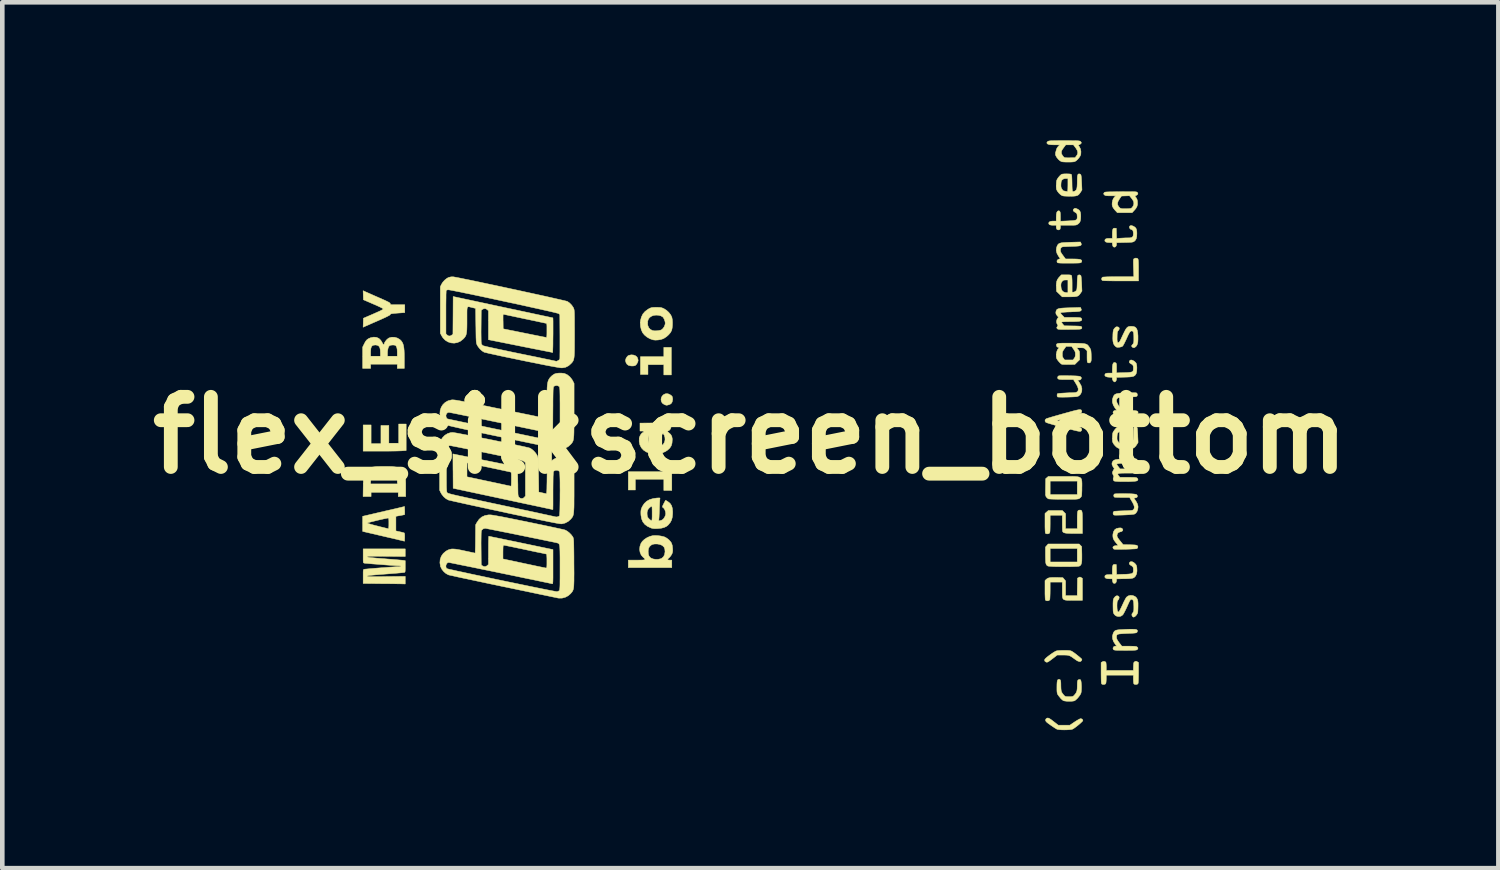
<source format=kicad_pcb>
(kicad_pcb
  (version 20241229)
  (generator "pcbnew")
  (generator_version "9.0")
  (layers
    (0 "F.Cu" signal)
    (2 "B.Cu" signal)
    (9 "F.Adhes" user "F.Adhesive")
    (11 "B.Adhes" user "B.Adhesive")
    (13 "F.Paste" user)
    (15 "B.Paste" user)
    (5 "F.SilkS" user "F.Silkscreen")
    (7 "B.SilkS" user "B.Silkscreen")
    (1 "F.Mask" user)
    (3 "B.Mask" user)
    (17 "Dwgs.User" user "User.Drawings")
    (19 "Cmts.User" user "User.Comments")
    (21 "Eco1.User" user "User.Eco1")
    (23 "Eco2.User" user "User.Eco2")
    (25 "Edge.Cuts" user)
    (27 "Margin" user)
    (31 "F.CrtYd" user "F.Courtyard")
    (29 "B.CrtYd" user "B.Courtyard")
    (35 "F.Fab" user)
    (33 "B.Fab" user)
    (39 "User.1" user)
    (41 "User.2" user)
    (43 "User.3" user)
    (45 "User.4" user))
  (footprint "flex_silkscreen_bottom"
    (layer "F.Cu")
    (at 13.252 6.406)
    (property "Reference" "flex_silkscreen_bottom" (at 0 0 0) (layer "F.SilkS") (effects (font (size 1.524 1.524) (thickness 0.3))))
    (attr through_hole)
    (fp_poly (pts (xy -1.717 -1.311) (xy -1.88 -1.311) (xy -1.88 -1.534) (xy -2.225 -1.534) (xy -2.225 -1.321) (xy -2.388 -1.321) (xy -2.388 -1.707) (xy -1.88 -1.707) (xy -1.88 -1.91) (xy -1.717 -1.91) (xy -1.717 -1.311)) (stroke (width 0.01) (type solid)) (fill yes) (layer "F.SilkS"))
    (fp_poly (pts (xy -1.707 1.199) (xy -1.88 1.199) (xy -1.88 0.955) (xy -2.499 0.955) (xy -2.499 1.189) (xy -2.652 1.189) (xy -2.652 0.792) (xy -1.859 0.792) (xy -1.859 0.579) (xy -1.707 0.579) (xy -1.707 1.199)) (stroke (width 0.01) (type solid)) (fill yes) (layer "F.SilkS"))
    (fp_poly (pts (xy -7.478 0.044) (xy -7.478 0.332) (xy -7.586 0.339) (xy -7.622 0.34) (xy -7.676 0.342) (xy -7.743 0.343) (xy -7.82 0.344) (xy -7.905 0.345) (xy -7.993 0.345) (xy -8.053 0.345) (xy -8.412 0.345) (xy -8.412 -0.224) (xy -8.24 -0.224) (xy -8.24 0.183) (xy -8.026 0.183) (xy -8.026 -0.213) (xy -7.854 -0.213) (xy -7.854 0.173) (xy -7.64 0.173) (xy -7.64 -0.244) (xy -7.478 -0.244) (xy -7.478 0.044)) (stroke (width 0.01) (type solid)) (fill yes) (layer "F.SilkS"))
    (fp_poly (pts (xy -1.781 -0.898) (xy -1.746 -0.882) (xy -1.715 -0.861) (xy -1.697 -0.839) (xy -1.696 -0.837) (xy -1.687 -0.787) (xy -1.696 -0.735) (xy -1.705 -0.712) (xy -1.723 -0.687) (xy -1.749 -0.671) (xy -1.768 -0.664) (xy -1.8 -0.655) (xy -1.822 -0.652) (xy -1.842 -0.657) (xy -1.87 -0.668) (xy -1.875 -0.671) (xy -1.912 -0.697) (xy -1.933 -0.732) (xy -1.941 -0.772) (xy -1.936 -0.812) (xy -1.918 -0.849) (xy -1.89 -0.879) (xy -1.851 -0.899) (xy -1.813 -0.904) (xy -1.781 -0.898)) (stroke (width 0.01) (type solid)) (fill yes) (layer "F.SilkS"))
    (fp_poly (pts (xy -2.539 -1.743) (xy -2.496 -1.727) (xy -2.464 -1.701) (xy -2.453 -1.681) (xy -2.443 -1.652) (xy -2.438 -1.627) (xy -2.438 -1.626) (xy -2.445 -1.596) (xy -2.461 -1.562) (xy -2.481 -1.533) (xy -2.503 -1.515) (xy -2.506 -1.513) (xy -2.546 -1.505) (xy -2.594 -1.506) (xy -2.639 -1.516) (xy -2.65 -1.52) (xy -2.68 -1.543) (xy -2.702 -1.579) (xy -2.713 -1.62) (xy -2.713 -1.626) (xy -2.705 -1.661) (xy -2.686 -1.696) (xy -2.66 -1.725) (xy -2.64 -1.736) (xy -2.589 -1.747) (xy -2.539 -1.743)) (stroke (width 0.01) (type solid)) (fill yes) (layer "F.SilkS"))
    (fp_poly (pts (xy 8.399 -3.846) (xy 8.417 -3.835) (xy 8.422 -3.827) (xy 8.426 -3.814) (xy 8.429 -3.792) (xy 8.431 -3.76) (xy 8.432 -3.716) (xy 8.433 -3.655) (xy 8.433 -3.586) (xy 8.433 -3.353) (xy 8.044 -3.353) (xy 7.937 -3.353) (xy 7.848 -3.354) (xy 7.778 -3.355) (xy 7.724 -3.356) (xy 7.684 -3.358) (xy 7.658 -3.36) (xy 7.645 -3.364) (xy 7.642 -3.365) (xy 7.631 -3.388) (xy 7.634 -3.414) (xy 7.648 -3.433) (xy 7.65 -3.434) (xy 7.666 -3.437) (xy 7.702 -3.439) (xy 7.755 -3.442) (xy 7.826 -3.443) (xy 7.912 -3.444) (xy 8 -3.444) (xy 8.331 -3.444) (xy 8.324 -3.634) (xy 8.322 -3.7) (xy 8.321 -3.75) (xy 8.321 -3.784) (xy 8.322 -3.808) (xy 8.325 -3.822) (xy 8.33 -3.831) (xy 8.337 -3.837) (xy 8.368 -3.849) (xy 8.399 -3.846)) (stroke (width 0.01) (type solid)) (fill yes) (layer "F.SilkS"))
    (fp_poly (pts (xy 7.198 2.418) (xy 7.202 2.591) (xy 7.202 2.667) (xy 7.201 2.725) (xy 7.196 2.768) (xy 7.188 2.8) (xy 7.176 2.821) (xy 7.16 2.836) (xy 7.147 2.843) (xy 7.128 2.847) (xy 7.093 2.85) (xy 7.043 2.852) (xy 6.983 2.854) (xy 6.915 2.855) (xy 6.843 2.855) (xy 6.769 2.855) (xy 6.696 2.854) (xy 6.628 2.853) (xy 6.568 2.851) (xy 6.518 2.848) (xy 6.482 2.845) (xy 6.464 2.841) (xy 6.463 2.841) (xy 6.445 2.829) (xy 6.432 2.815) (xy 6.423 2.795) (xy 6.417 2.766) (xy 6.414 2.726) (xy 6.412 2.67) (xy 6.411 2.604) (xy 6.411 2.459) (xy 6.513 2.459) (xy 6.513 2.753) (xy 7.102 2.753) (xy 7.102 2.459) (xy 6.513 2.459) (xy 6.411 2.459) (xy 6.411 2.429) (xy 6.441 2.395) (xy 6.47 2.362) (xy 7.142 2.362) (xy 7.198 2.418)) (stroke (width 0.01) (type solid)) (fill yes) (layer "F.SilkS"))
    (fp_poly (pts (xy 6.485 6.148) (xy 6.511 6.163) (xy 6.546 6.187) (xy 6.593 6.224) (xy 6.599 6.228) (xy 6.69 6.299) (xy 6.941 6.299) (xy 7.045 6.228) (xy 7.089 6.2) (xy 7.128 6.177) (xy 7.158 6.162) (xy 7.175 6.157) (xy 7.204 6.164) (xy 7.221 6.184) (xy 7.224 6.198) (xy 7.216 6.212) (xy 7.195 6.233) (xy 7.165 6.261) (xy 7.129 6.292) (xy 7.09 6.323) (xy 7.053 6.351) (xy 7.021 6.373) (xy 6.997 6.386) (xy 6.969 6.393) (xy 6.926 6.397) (xy 6.874 6.4) (xy 6.818 6.401) (xy 6.763 6.4) (xy 6.714 6.396) (xy 6.676 6.391) (xy 6.66 6.386) (xy 6.64 6.375) (xy 6.608 6.355) (xy 6.568 6.328) (xy 6.525 6.299) (xy 6.523 6.297) (xy 6.476 6.264) (xy 6.444 6.239) (xy 6.425 6.219) (xy 6.415 6.204) (xy 6.413 6.195) (xy 6.417 6.169) (xy 6.434 6.152) (xy 6.45 6.144) (xy 6.466 6.143) (xy 6.485 6.148)) (stroke (width 0.01) (type solid)) (fill yes) (layer "F.SilkS"))
    (fp_poly (pts (xy 7.172 3.083) (xy 7.187 3.092) (xy 7.214 3.109) (xy 7.214 3.586) (xy 7.02 3.586) (xy 6.944 3.587) (xy 6.885 3.586) (xy 6.842 3.581) (xy 6.812 3.571) (xy 6.793 3.554) (xy 6.782 3.526) (xy 6.778 3.487) (xy 6.777 3.433) (xy 6.777 3.363) (xy 6.777 3.19) (xy 6.513 3.19) (xy 6.513 3.374) (xy 6.512 3.439) (xy 6.51 3.495) (xy 6.508 3.539) (xy 6.505 3.568) (xy 6.502 3.577) (xy 6.485 3.591) (xy 6.457 3.597) (xy 6.429 3.594) (xy 6.413 3.584) (xy 6.408 3.572) (xy 6.405 3.546) (xy 6.403 3.503) (xy 6.401 3.444) (xy 6.401 3.365) (xy 6.401 3.158) (xy 6.43 3.129) (xy 6.451 3.113) (xy 6.477 3.101) (xy 6.512 3.093) (xy 6.558 3.09) (xy 6.62 3.089) (xy 6.671 3.09) (xy 6.789 3.094) (xy 6.819 3.129) (xy 6.848 3.164) (xy 6.848 3.485) (xy 7.101 3.485) (xy 7.104 3.295) (xy 7.107 3.105) (xy 7.134 3.09) (xy 7.155 3.08) (xy 7.172 3.083)) (stroke (width 0.01) (type solid)) (fill yes) (layer "F.SilkS"))
    (fp_poly (pts (xy 6.869 4.674) (xy 6.911 4.676) (xy 6.942 4.679) (xy 6.965 4.685) (xy 6.982 4.692) (xy 7.004 4.706) (xy 7.035 4.727) (xy 7.071 4.754) (xy 7.108 4.784) (xy 7.144 4.813) (xy 7.174 4.839) (xy 7.195 4.858) (xy 7.203 4.869) (xy 7.203 4.869) (xy 7.199 4.885) (xy 7.193 4.898) (xy 7.174 4.915) (xy 7.144 4.916) (xy 7.105 4.902) (xy 7.067 4.877) (xy 7.016 4.84) (xy 6.977 4.813) (xy 6.945 4.795) (xy 6.916 4.784) (xy 6.884 4.778) (xy 6.846 4.776) (xy 6.797 4.775) (xy 6.667 4.775) (xy 6.575 4.846) (xy 6.528 4.882) (xy 6.494 4.906) (xy 6.47 4.922) (xy 6.453 4.929) (xy 6.44 4.931) (xy 6.428 4.928) (xy 6.425 4.927) (xy 6.4 4.911) (xy 6.392 4.888) (xy 6.395 4.872) (xy 6.405 4.857) (xy 6.429 4.834) (xy 6.463 4.806) (xy 6.503 4.776) (xy 6.545 4.746) (xy 6.585 4.719) (xy 6.621 4.698) (xy 6.642 4.687) (xy 6.672 4.68) (xy 6.722 4.676) (xy 6.792 4.674) (xy 6.81 4.674) (xy 6.869 4.674)) (stroke (width 0.01) (type solid)) (fill yes) (layer "F.SilkS"))
    (fp_poly (pts (xy 8.391 4.912) (xy 8.406 4.921) (xy 8.433 4.938) (xy 8.433 5.157) (xy 8.432 5.232) (xy 8.431 5.295) (xy 8.429 5.345) (xy 8.426 5.38) (xy 8.422 5.396) (xy 8.405 5.41) (xy 8.378 5.415) (xy 8.35 5.412) (xy 8.333 5.403) (xy 8.327 5.386) (xy 8.323 5.351) (xy 8.321 5.302) (xy 8.321 5.212) (xy 7.732 5.212) (xy 7.732 5.294) (xy 7.73 5.335) (xy 7.727 5.37) (xy 7.722 5.393) (xy 7.721 5.396) (xy 7.704 5.41) (xy 7.676 5.415) (xy 7.649 5.412) (xy 7.632 5.403) (xy 7.628 5.392) (xy 7.624 5.366) (xy 7.622 5.325) (xy 7.621 5.268) (xy 7.62 5.192) (xy 7.62 5.165) (xy 7.62 4.938) (xy 7.645 4.922) (xy 7.674 4.912) (xy 7.703 4.916) (xy 7.724 4.932) (xy 7.727 4.946) (xy 7.73 4.976) (xy 7.732 5.015) (xy 7.732 5.027) (xy 7.732 5.11) (xy 8.32 5.11) (xy 8.323 5.022) (xy 8.325 4.979) (xy 8.328 4.952) (xy 8.333 4.935) (xy 8.342 4.925) (xy 8.353 4.918) (xy 8.374 4.909) (xy 8.391 4.912)) (stroke (width 0.01) (type solid)) (fill yes) (layer "F.SilkS"))
    (fp_poly (pts (xy 6.805 0.894) (xy 6.906 0.894) (xy 6.988 0.894) (xy 7.053 0.896) (xy 7.104 0.901) (xy 7.142 0.909) (xy 7.169 0.922) (xy 7.187 0.941) (xy 7.197 0.968) (xy 7.202 1.002) (xy 7.204 1.047) (xy 7.204 1.101) (xy 7.203 1.137) (xy 7.203 1.194) (xy 7.201 1.246) (xy 7.199 1.288) (xy 7.196 1.317) (xy 7.194 1.325) (xy 7.178 1.348) (xy 7.154 1.369) (xy 7.15 1.372) (xy 7.14 1.377) (xy 7.128 1.382) (xy 7.112 1.385) (xy 7.09 1.388) (xy 7.06 1.39) (xy 7.019 1.391) (xy 6.964 1.391) (xy 6.894 1.391) (xy 6.807 1.391) (xy 6.729 1.391) (xy 6.657 1.39) (xy 6.593 1.389) (xy 6.54 1.387) (xy 6.501 1.385) (xy 6.479 1.383) (xy 6.476 1.382) (xy 6.455 1.368) (xy 6.433 1.346) (xy 6.432 1.345) (xy 6.424 1.334) (xy 6.419 1.322) (xy 6.415 1.306) (xy 6.413 1.283) (xy 6.412 1.249) (xy 6.412 1.202) (xy 6.413 1.138) (xy 6.413 1.13) (xy 6.415 0.996) (xy 6.513 0.996) (xy 6.513 1.29) (xy 7.102 1.29) (xy 7.102 0.996) (xy 6.513 0.996) (xy 6.415 0.996) (xy 6.416 0.943) (xy 6.445 0.919) (xy 6.473 0.894) (xy 6.805 0.894)) (stroke (width 0.01) (type solid)) (fill yes) (layer "F.SilkS"))
    (fp_poly (pts (xy 7.174 1.626) (xy 7.188 1.631) (xy 7.197 1.64) (xy 7.204 1.658) (xy 7.209 1.685) (xy 7.212 1.725) (xy 7.213 1.78) (xy 7.214 1.851) (xy 7.214 1.896) (xy 7.214 2.134) (xy 7.03 2.134) (xy 6.954 2.133) (xy 6.895 2.131) (xy 6.852 2.127) (xy 6.821 2.12) (xy 6.801 2.111) (xy 6.788 2.098) (xy 6.783 2.087) (xy 6.781 2.072) (xy 6.779 2.04) (xy 6.778 1.996) (xy 6.777 1.942) (xy 6.777 1.904) (xy 6.777 1.737) (xy 6.513 1.737) (xy 6.513 1.925) (xy 6.512 1.993) (xy 6.511 2.043) (xy 6.51 2.079) (xy 6.507 2.103) (xy 6.503 2.119) (xy 6.497 2.128) (xy 6.497 2.128) (xy 6.473 2.14) (xy 6.443 2.143) (xy 6.418 2.135) (xy 6.413 2.132) (xy 6.408 2.12) (xy 6.405 2.093) (xy 6.403 2.051) (xy 6.401 1.992) (xy 6.401 1.913) (xy 6.401 1.699) (xy 6.437 1.667) (xy 6.473 1.636) (xy 6.779 1.636) (xy 6.848 1.705) (xy 6.848 2.032) (xy 7.102 2.032) (xy 7.102 1.845) (xy 7.102 1.773) (xy 7.104 1.718) (xy 7.107 1.679) (xy 7.112 1.653) (xy 7.121 1.637) (xy 7.133 1.629) (xy 7.15 1.626) (xy 7.158 1.626) (xy 7.174 1.626)) (stroke (width 0.01) (type solid)) (fill yes) (layer "F.SilkS"))
    (fp_poly (pts (xy -7.51 1.634) (xy -7.509 1.673) (xy -7.51 1.704) (xy -7.511 1.722) (xy -7.511 1.724) (xy -7.523 1.727) (xy -7.549 1.733) (xy -7.586 1.74) (xy -7.608 1.744) (xy -7.701 1.761) (xy -7.701 2.078) (xy -7.616 2.097) (xy -7.576 2.106) (xy -7.543 2.115) (xy -7.522 2.121) (xy -7.519 2.123) (xy -7.513 2.138) (xy -7.51 2.172) (xy -7.51 2.216) (xy -7.513 2.302) (xy -7.968 2.195) (xy -8.423 2.089) (xy -8.423 1.906) (xy -8.318 1.906) (xy -8.31 1.913) (xy -8.283 1.923) (xy -8.237 1.937) (xy -8.175 1.954) (xy -8.096 1.974) (xy -8.095 1.974) (xy -8.03 1.991) (xy -7.972 2.005) (xy -7.923 2.017) (xy -7.887 2.026) (xy -7.865 2.031) (xy -7.861 2.032) (xy -7.858 2.022) (xy -7.856 1.997) (xy -7.854 1.959) (xy -7.854 1.915) (xy -7.854 1.861) (xy -7.856 1.826) (xy -7.86 1.806) (xy -7.866 1.799) (xy -7.866 1.799) (xy -7.886 1.801) (xy -7.92 1.808) (xy -7.966 1.817) (xy -8.019 1.829) (xy -8.076 1.842) (xy -8.134 1.856) (xy -8.19 1.87) (xy -8.24 1.882) (xy -8.28 1.893) (xy -8.307 1.901) (xy -8.318 1.906) (xy -8.318 1.906) (xy -8.423 1.906) (xy -8.423 1.761) (xy -7.513 1.548) (xy -7.51 1.634)) (stroke (width 0.01) (type solid)) (fill yes) (layer "F.SilkS"))
    (fp_poly (pts (xy -8.36 -3.116) (xy -8.335 -3.105) (xy -8.296 -3.088) (xy -8.244 -3.065) (xy -8.184 -3.038) (xy -8.117 -3.009) (xy -8.065 -2.986) (xy -7.991 -2.953) (xy -7.933 -2.928) (xy -7.891 -2.907) (xy -7.86 -2.892) (xy -7.841 -2.88) (xy -7.829 -2.87) (xy -7.824 -2.862) (xy -7.824 -2.857) (xy -7.823 -2.849) (xy -7.819 -2.843) (xy -7.809 -2.839) (xy -7.79 -2.836) (xy -7.759 -2.835) (xy -7.713 -2.835) (xy -7.666 -2.835) (xy -7.508 -2.835) (xy -7.508 -2.665) (xy -7.602 -2.658) (xy -7.675 -2.653) (xy -7.73 -2.648) (xy -7.77 -2.644) (xy -7.796 -2.64) (xy -7.813 -2.636) (xy -7.821 -2.63) (xy -7.823 -2.624) (xy -7.824 -2.623) (xy -7.83 -2.614) (xy -7.851 -2.601) (xy -7.887 -2.582) (xy -7.938 -2.557) (xy -8.007 -2.526) (xy -8.065 -2.5) (xy -8.133 -2.47) (xy -8.199 -2.442) (xy -8.257 -2.416) (xy -8.306 -2.394) (xy -8.343 -2.378) (xy -8.36 -2.371) (xy -8.413 -2.347) (xy -8.41 -2.444) (xy -8.407 -2.542) (xy -8.192 -2.635) (xy -8.111 -2.671) (xy -8.049 -2.699) (xy -8.006 -2.721) (xy -7.982 -2.736) (xy -7.976 -2.743) (xy -7.986 -2.753) (xy -8.014 -2.77) (xy -8.062 -2.793) (xy -8.129 -2.824) (xy -8.192 -2.851) (xy -8.407 -2.944) (xy -8.41 -3.042) (xy -8.413 -3.14) (xy -8.36 -3.116)) (stroke (width 0.01) (type solid)) (fill yes) (layer "F.SilkS"))
    (fp_poly (pts (xy 8.065 2.018) (xy 8.081 2.03) (xy 8.093 2.054) (xy 8.086 2.076) (xy 8.063 2.092) (xy 8.036 2.099) (xy 7.997 2.113) (xy 7.973 2.14) (xy 7.965 2.18) (xy 7.965 2.181) (xy 7.969 2.201) (xy 7.981 2.226) (xy 8.003 2.258) (xy 8.032 2.294) (xy 8.098 2.376) (xy 8.245 2.379) (xy 8.305 2.381) (xy 8.348 2.383) (xy 8.378 2.387) (xy 8.396 2.392) (xy 8.407 2.398) (xy 8.408 2.399) (xy 8.419 2.422) (xy 8.414 2.447) (xy 8.395 2.464) (xy 8.394 2.464) (xy 8.38 2.466) (xy 8.348 2.469) (xy 8.301 2.471) (xy 8.244 2.474) (xy 8.179 2.476) (xy 8.137 2.477) (xy 8.061 2.478) (xy 8.003 2.479) (xy 7.96 2.479) (xy 7.93 2.478) (xy 7.91 2.476) (xy 7.898 2.473) (xy 7.891 2.469) (xy 7.886 2.462) (xy 7.885 2.461) (xy 7.876 2.441) (xy 7.877 2.428) (xy 7.89 2.414) (xy 7.911 2.403) (xy 7.942 2.398) (xy 7.946 2.398) (xy 7.971 2.397) (xy 7.985 2.393) (xy 7.986 2.392) (xy 7.98 2.382) (xy 7.964 2.361) (xy 7.941 2.333) (xy 7.935 2.326) (xy 7.9 2.278) (xy 7.881 2.235) (xy 7.875 2.189) (xy 7.877 2.149) (xy 7.891 2.093) (xy 7.916 2.052) (xy 7.952 2.027) (xy 8.003 2.015) (xy 8.01 2.014) (xy 8.044 2.013) (xy 8.065 2.018)) (stroke (width 0.01) (type solid)) (fill yes) (layer "F.SilkS"))
    (fp_poly (pts (xy -7.862 0.681) (xy -7.791 0.683) (xy -7.734 0.687) (xy -7.69 0.693) (xy -7.654 0.702) (xy -7.625 0.714) (xy -7.6 0.731) (xy -7.575 0.753) (xy -7.568 0.761) (xy -7.544 0.787) (xy -7.525 0.813) (xy -7.511 0.842) (xy -7.501 0.877) (xy -7.494 0.921) (xy -7.49 0.977) (xy -7.488 1.048) (xy -7.488 1.125) (xy -7.488 1.331) (xy -7.65 1.331) (xy -7.65 1.24) (xy -8.24 1.24) (xy -8.24 1.331) (xy -8.414 1.331) (xy -8.411 1.11) (xy -8.41 1.057) (xy -8.252 1.057) (xy -7.669 1.057) (xy -7.672 0.981) (xy -7.679 0.928) (xy -7.693 0.89) (xy -7.717 0.865) (xy -7.754 0.848) (xy -7.768 0.844) (xy -7.797 0.84) (xy -7.841 0.837) (xy -7.895 0.834) (xy -7.955 0.834) (xy -8.015 0.834) (xy -8.072 0.835) (xy -8.119 0.838) (xy -8.153 0.842) (xy -8.161 0.844) (xy -8.2 0.863) (xy -8.227 0.896) (xy -8.243 0.945) (xy -8.248 0.988) (xy -8.252 1.057) (xy -8.41 1.057) (xy -8.409 1.036) (xy -8.408 0.98) (xy -8.406 0.938) (xy -8.403 0.906) (xy -8.399 0.882) (xy -8.393 0.862) (xy -8.386 0.843) (xy -8.383 0.835) (xy -8.359 0.793) (xy -8.328 0.756) (xy -8.318 0.746) (xy -8.293 0.727) (xy -8.267 0.711) (xy -8.238 0.7) (xy -8.202 0.691) (xy -8.157 0.686) (xy -8.1 0.683) (xy -8.028 0.681) (xy -7.95 0.681) (xy -7.862 0.681)) (stroke (width 0.01) (type solid)) (fill yes) (layer "F.SilkS"))
    (fp_poly (pts (xy 8.296 2.748) (xy 8.33 2.765) (xy 8.357 2.788) (xy 8.379 2.814) (xy 8.391 2.843) (xy 8.397 2.877) (xy 8.4 2.949) (xy 8.391 3.01) (xy 8.369 3.058) (xy 8.336 3.092) (xy 8.328 3.096) (xy 8.312 3.103) (xy 8.29 3.108) (xy 8.26 3.112) (xy 8.217 3.115) (xy 8.159 3.117) (xy 8.125 3.117) (xy 7.955 3.121) (xy 7.955 3.155) (xy 7.949 3.189) (xy 7.932 3.212) (xy 7.909 3.219) (xy 7.886 3.212) (xy 7.876 3.197) (xy 7.868 3.171) (xy 7.867 3.161) (xy 7.861 3.119) (xy 7.807 3.119) (xy 7.755 3.116) (xy 7.72 3.105) (xy 7.703 3.088) (xy 7.701 3.076) (xy 7.705 3.052) (xy 7.72 3.038) (xy 7.747 3.03) (xy 7.791 3.028) (xy 7.795 3.028) (xy 7.864 3.028) (xy 7.864 2.942) (xy 7.865 2.885) (xy 7.87 2.845) (xy 7.879 2.821) (xy 7.893 2.808) (xy 7.914 2.806) (xy 7.917 2.806) (xy 7.95 2.809) (xy 7.953 2.918) (xy 7.956 3.026) (xy 8.095 3.021) (xy 8.169 3.019) (xy 8.224 3.015) (xy 8.264 3.01) (xy 8.291 3.002) (xy 8.308 2.991) (xy 8.317 2.974) (xy 8.32 2.95) (xy 8.321 2.92) (xy 8.321 2.917) (xy 8.319 2.885) (xy 8.312 2.863) (xy 8.295 2.845) (xy 8.264 2.825) (xy 8.262 2.824) (xy 8.238 2.805) (xy 8.231 2.785) (xy 8.231 2.782) (xy 8.243 2.757) (xy 8.265 2.746) (xy 8.296 2.748)) (stroke (width 0.01) (type solid)) (fill yes) (layer "F.SilkS"))
    (fp_poly (pts (xy 8.314 -4.545) (xy 8.32 -4.542) (xy 8.355 -4.521) (xy 8.377 -4.497) (xy 8.39 -4.464) (xy 8.396 -4.42) (xy 8.397 -4.379) (xy 8.394 -4.317) (xy 8.383 -4.27) (xy 8.364 -4.236) (xy 8.336 -4.21) (xy 8.334 -4.209) (xy 8.321 -4.202) (xy 8.302 -4.197) (xy 8.276 -4.193) (xy 8.238 -4.191) (xy 8.185 -4.189) (xy 8.131 -4.188) (xy 7.955 -4.184) (xy 7.955 -4.15) (xy 7.949 -4.116) (xy 7.932 -4.093) (xy 7.909 -4.086) (xy 7.886 -4.093) (xy 7.876 -4.108) (xy 7.868 -4.134) (xy 7.867 -4.144) (xy 7.861 -4.186) (xy 7.807 -4.186) (xy 7.755 -4.189) (xy 7.722 -4.199) (xy 7.704 -4.216) (xy 7.701 -4.231) (xy 7.707 -4.254) (xy 7.726 -4.268) (xy 7.761 -4.276) (xy 7.802 -4.277) (xy 7.864 -4.277) (xy 7.864 -4.363) (xy 7.865 -4.42) (xy 7.87 -4.46) (xy 7.879 -4.484) (xy 7.893 -4.497) (xy 7.914 -4.499) (xy 7.917 -4.499) (xy 7.95 -4.496) (xy 7.953 -4.385) (xy 7.956 -4.274) (xy 8.033 -4.281) (xy 8.084 -4.284) (xy 8.142 -4.287) (xy 8.196 -4.288) (xy 8.248 -4.289) (xy 8.284 -4.297) (xy 8.306 -4.312) (xy 8.317 -4.337) (xy 8.321 -4.375) (xy 8.321 -4.383) (xy 8.316 -4.428) (xy 8.303 -4.458) (xy 8.281 -4.47) (xy 8.276 -4.47) (xy 8.256 -4.479) (xy 8.24 -4.499) (xy 8.233 -4.523) (xy 8.234 -4.53) (xy 8.25 -4.551) (xy 8.276 -4.557) (xy 8.314 -4.545)) (stroke (width 0.01) (type solid)) (fill yes) (layer "F.SilkS"))
    (fp_poly (pts (xy 6.856 -1.295) (xy 6.921 -1.293) (xy 6.939 -1.293) (xy 7.012 -1.291) (xy 7.068 -1.289) (xy 7.109 -1.286) (xy 7.138 -1.283) (xy 7.158 -1.279) (xy 7.17 -1.273) (xy 7.176 -1.27) (xy 7.191 -1.254) (xy 7.19 -1.237) (xy 7.186 -1.225) (xy 7.17 -1.205) (xy 7.145 -1.199) (xy 7.142 -1.199) (xy 7.111 -1.199) (xy 7.154 -1.136) (xy 7.188 -1.073) (xy 7.203 -1.012) (xy 7.2 -0.954) (xy 7.179 -0.902) (xy 7.162 -0.879) (xy 7.132 -0.853) (xy 7.099 -0.841) (xy 7.089 -0.839) (xy 7.053 -0.836) (xy 7.007 -0.833) (xy 6.953 -0.831) (xy 6.895 -0.829) (xy 6.837 -0.828) (xy 6.782 -0.827) (xy 6.735 -0.828) (xy 6.7 -0.829) (xy 6.679 -0.831) (xy 6.676 -0.832) (xy 6.666 -0.848) (xy 6.663 -0.873) (xy 6.668 -0.896) (xy 6.674 -0.904) (xy 6.689 -0.907) (xy 6.719 -0.91) (xy 6.762 -0.914) (xy 6.813 -0.917) (xy 6.87 -0.92) (xy 6.927 -0.923) (xy 6.98 -0.924) (xy 7.022 -0.925) (xy 7.072 -0.93) (xy 7.106 -0.947) (xy 7.122 -0.976) (xy 7.122 -1.015) (xy 7.105 -1.066) (xy 7.07 -1.127) (xy 7.07 -1.127) (xy 7.019 -1.209) (xy 6.859 -1.209) (xy 6.794 -1.209) (xy 6.746 -1.211) (xy 6.713 -1.215) (xy 6.692 -1.221) (xy 6.681 -1.23) (xy 6.676 -1.244) (xy 6.675 -1.257) (xy 6.684 -1.28) (xy 6.699 -1.29) (xy 6.716 -1.292) (xy 6.75 -1.294) (xy 6.798 -1.295) (xy 6.856 -1.295)) (stroke (width 0.01) (type solid)) (fill yes) (layer "F.SilkS"))
    (fp_poly (pts (xy 7.184 -4.172) (xy 7.192 -4.15) (xy 7.186 -4.134) (xy 7.179 -4.127) (xy 7.17 -4.12) (xy 7.154 -4.115) (xy 7.129 -4.111) (xy 7.093 -4.108) (xy 7.041 -4.105) (xy 6.987 -4.103) (xy 6.928 -4.101) (xy 6.875 -4.099) (xy 6.831 -4.097) (xy 6.801 -4.096) (xy 6.79 -4.095) (xy 6.76 -4.085) (xy 6.742 -4.059) (xy 6.736 -4.021) (xy 6.738 -3.998) (xy 6.746 -3.974) (xy 6.762 -3.947) (xy 6.789 -3.909) (xy 6.792 -3.905) (xy 6.848 -3.83) (xy 6.998 -3.83) (xy 7.069 -3.829) (xy 7.122 -3.826) (xy 7.159 -3.821) (xy 7.183 -3.812) (xy 7.197 -3.8) (xy 7.201 -3.788) (xy 7.197 -3.768) (xy 7.188 -3.755) (xy 7.181 -3.75) (xy 7.168 -3.746) (xy 7.149 -3.743) (xy 7.119 -3.741) (xy 7.078 -3.74) (xy 7.022 -3.739) (xy 6.949 -3.739) (xy 6.924 -3.739) (xy 6.846 -3.739) (xy 6.787 -3.739) (xy 6.743 -3.74) (xy 6.711 -3.742) (xy 6.691 -3.744) (xy 6.678 -3.747) (xy 6.67 -3.752) (xy 6.666 -3.758) (xy 6.665 -3.759) (xy 6.66 -3.786) (xy 6.673 -3.81) (xy 6.699 -3.825) (xy 6.705 -3.827) (xy 6.733 -3.832) (xy 6.692 -3.894) (xy 6.659 -3.956) (xy 6.645 -4.014) (xy 6.651 -4.072) (xy 6.663 -4.108) (xy 6.674 -4.131) (xy 6.687 -4.149) (xy 6.704 -4.163) (xy 6.727 -4.173) (xy 6.759 -4.181) (xy 6.803 -4.186) (xy 6.861 -4.189) (xy 6.936 -4.192) (xy 6.959 -4.193) (xy 7.172 -4.199) (xy 7.184 -4.172)) (stroke (width 0.01) (type solid)) (fill yes) (layer "F.SilkS"))
    (fp_poly (pts (xy 7.07 -4.929) (xy 7.098 -4.918) (xy 7.099 -4.918) (xy 7.134 -4.898) (xy 7.157 -4.874) (xy 7.171 -4.841) (xy 7.177 -4.795) (xy 7.178 -4.755) (xy 7.175 -4.696) (xy 7.167 -4.653) (xy 7.151 -4.62) (xy 7.126 -4.595) (xy 7.113 -4.585) (xy 7.099 -4.577) (xy 7.085 -4.57) (xy 7.066 -4.566) (xy 7.04 -4.564) (xy 7.003 -4.562) (xy 6.951 -4.562) (xy 6.907 -4.562) (xy 6.736 -4.562) (xy 6.736 -4.523) (xy 6.733 -4.495) (xy 6.726 -4.474) (xy 6.724 -4.472) (xy 6.701 -4.461) (xy 6.675 -4.464) (xy 6.656 -4.478) (xy 6.655 -4.48) (xy 6.647 -4.505) (xy 6.645 -4.531) (xy 6.645 -4.562) (xy 6.583 -4.562) (xy 6.534 -4.565) (xy 6.502 -4.573) (xy 6.486 -4.589) (xy 6.482 -4.608) (xy 6.489 -4.63) (xy 6.512 -4.644) (xy 6.552 -4.652) (xy 6.589 -4.653) (xy 6.645 -4.653) (xy 6.645 -4.737) (xy 6.648 -4.799) (xy 6.657 -4.842) (xy 6.673 -4.867) (xy 6.689 -4.875) (xy 6.708 -4.875) (xy 6.722 -4.866) (xy 6.731 -4.843) (xy 6.735 -4.806) (xy 6.736 -4.752) (xy 6.736 -4.65) (xy 6.901 -4.657) (xy 6.97 -4.661) (xy 7.022 -4.665) (xy 7.058 -4.671) (xy 7.081 -4.681) (xy 7.094 -4.696) (xy 7.1 -4.718) (xy 7.101 -4.747) (xy 7.1 -4.764) (xy 7.097 -4.797) (xy 7.091 -4.817) (xy 7.077 -4.83) (xy 7.053 -4.845) (xy 7.023 -4.867) (xy 7.012 -4.89) (xy 7.021 -4.911) (xy 7.036 -4.923) (xy 7.052 -4.931) (xy 7.07 -4.929)) (stroke (width 0.01) (type solid)) (fill yes) (layer "F.SilkS"))
    (fp_poly (pts (xy 8.304 -1.628) (xy 8.339 -1.609) (xy 8.368 -1.583) (xy 8.384 -1.561) (xy 8.392 -1.527) (xy 8.397 -1.481) (xy 8.396 -1.431) (xy 8.392 -1.384) (xy 8.384 -1.346) (xy 8.379 -1.334) (xy 8.365 -1.311) (xy 8.347 -1.294) (xy 8.324 -1.281) (xy 8.292 -1.273) (xy 8.248 -1.267) (xy 8.189 -1.264) (xy 8.125 -1.262) (xy 7.955 -1.258) (xy 7.955 -1.224) (xy 7.95 -1.194) (xy 7.935 -1.17) (xy 7.917 -1.158) (xy 7.914 -1.158) (xy 7.9 -1.165) (xy 7.884 -1.179) (xy 7.869 -1.204) (xy 7.864 -1.229) (xy 7.863 -1.248) (xy 7.856 -1.257) (xy 7.837 -1.26) (xy 7.815 -1.26) (xy 7.763 -1.264) (xy 7.726 -1.274) (xy 7.705 -1.291) (xy 7.701 -1.305) (xy 7.705 -1.327) (xy 7.72 -1.342) (xy 7.749 -1.349) (xy 7.794 -1.351) (xy 7.864 -1.351) (xy 7.864 -1.437) (xy 7.867 -1.501) (xy 7.875 -1.546) (xy 7.889 -1.573) (xy 7.91 -1.582) (xy 7.936 -1.574) (xy 7.945 -1.568) (xy 7.95 -1.556) (xy 7.954 -1.535) (xy 7.955 -1.501) (xy 7.955 -1.46) (xy 7.955 -1.355) (xy 8.085 -1.359) (xy 8.16 -1.361) (xy 8.217 -1.364) (xy 8.259 -1.369) (xy 8.288 -1.376) (xy 8.306 -1.387) (xy 8.316 -1.404) (xy 8.32 -1.426) (xy 8.321 -1.455) (xy 8.321 -1.46) (xy 8.319 -1.498) (xy 8.31 -1.522) (xy 8.292 -1.54) (xy 8.269 -1.552) (xy 8.246 -1.568) (xy 8.232 -1.585) (xy 8.231 -1.588) (xy 8.236 -1.613) (xy 8.254 -1.631) (xy 8.273 -1.636) (xy 8.304 -1.628)) (stroke (width 0.01) (type solid)) (fill yes) (layer "F.SilkS"))
    (fp_poly (pts (xy 6.722 5.306) (xy 6.734 5.317) (xy 6.741 5.338) (xy 6.745 5.373) (xy 6.746 5.424) (xy 6.746 5.44) (xy 6.748 5.499) (xy 6.752 5.544) (xy 6.762 5.579) (xy 6.78 5.609) (xy 6.806 5.641) (xy 6.815 5.652) (xy 6.83 5.665) (xy 6.845 5.674) (xy 6.867 5.678) (xy 6.9 5.679) (xy 6.924 5.679) (xy 6.966 5.679) (xy 6.993 5.676) (xy 7.011 5.67) (xy 7.025 5.66) (xy 7.033 5.652) (xy 7.062 5.618) (xy 7.082 5.586) (xy 7.094 5.552) (xy 7.1 5.51) (xy 7.102 5.454) (xy 7.102 5.444) (xy 7.103 5.392) (xy 7.105 5.357) (xy 7.109 5.334) (xy 7.117 5.321) (xy 7.118 5.319) (xy 7.141 5.305) (xy 7.166 5.31) (xy 7.173 5.313) (xy 7.18 5.328) (xy 7.186 5.358) (xy 7.19 5.399) (xy 7.193 5.447) (xy 7.193 5.496) (xy 7.191 5.543) (xy 7.187 5.582) (xy 7.181 5.608) (xy 7.18 5.609) (xy 7.162 5.643) (xy 7.135 5.68) (xy 7.104 5.717) (xy 7.072 5.747) (xy 7.046 5.767) (xy 7.039 5.77) (xy 7.008 5.776) (xy 6.965 5.78) (xy 6.916 5.78) (xy 6.868 5.778) (xy 6.828 5.773) (xy 6.802 5.767) (xy 6.775 5.748) (xy 6.742 5.716) (xy 6.707 5.673) (xy 6.679 5.634) (xy 6.671 5.619) (xy 6.666 5.6) (xy 6.662 5.574) (xy 6.66 5.536) (xy 6.66 5.483) (xy 6.66 5.471) (xy 6.661 5.408) (xy 6.664 5.362) (xy 6.669 5.332) (xy 6.679 5.313) (xy 6.692 5.305) (xy 6.705 5.304) (xy 6.722 5.306)) (stroke (width 0.01) (type solid)) (fill yes) (layer "F.SilkS"))
    (fp_poly (pts (xy 6.911 -3.485) (xy 6.943 -3.483) (xy 6.963 -3.479) (xy 6.974 -3.473) (xy 6.98 -3.465) (xy 6.983 -3.448) (xy 6.986 -3.414) (xy 6.989 -3.367) (xy 6.99 -3.309) (xy 6.99 -3.277) (xy 6.99 -3.109) (xy 7.019 -3.109) (xy 7.05 -3.118) (xy 7.072 -3.135) (xy 7.082 -3.146) (xy 7.089 -3.159) (xy 7.093 -3.176) (xy 7.096 -3.202) (xy 7.098 -3.24) (xy 7.1 -3.294) (xy 7.1 -3.31) (xy 7.102 -3.365) (xy 7.105 -3.413) (xy 7.109 -3.448) (xy 7.113 -3.469) (xy 7.114 -3.472) (xy 7.134 -3.483) (xy 7.159 -3.483) (xy 7.179 -3.471) (xy 7.181 -3.467) (xy 7.185 -3.451) (xy 7.189 -3.419) (xy 7.192 -3.374) (xy 7.196 -3.321) (xy 7.197 -3.291) (xy 7.204 -3.133) (xy 7.172 -3.085) (xy 7.152 -3.058) (xy 7.133 -3.038) (xy 7.111 -3.024) (xy 7.082 -3.015) (xy 7.043 -3.01) (xy 6.991 -3.008) (xy 6.929 -3.007) (xy 6.775 -3.007) (xy 6.651 -3.127) (xy 6.647 -3.224) (xy 6.647 -3.249) (xy 6.746 -3.249) (xy 6.753 -3.188) (xy 6.772 -3.143) (xy 6.804 -3.114) (xy 6.85 -3.1) (xy 6.866 -3.099) (xy 6.899 -3.099) (xy 6.899 -3.373) (xy 6.849 -3.373) (xy 6.816 -3.371) (xy 6.795 -3.363) (xy 6.775 -3.345) (xy 6.773 -3.342) (xy 6.757 -3.32) (xy 6.749 -3.295) (xy 6.746 -3.261) (xy 6.746 -3.249) (xy 6.647 -3.249) (xy 6.647 -3.29) (xy 6.655 -3.342) (xy 6.673 -3.386) (xy 6.703 -3.428) (xy 6.722 -3.448) (xy 6.757 -3.485) (xy 6.863 -3.485) (xy 6.911 -3.485)) (stroke (width 0.01) (type solid)) (fill yes) (layer "F.SilkS"))
    (fp_poly (pts (xy 8.367 -0.923) (xy 8.383 -0.921) (xy 8.393 -0.917) (xy 8.398 -0.911) (xy 8.402 -0.905) (xy 8.409 -0.876) (xy 8.401 -0.852) (xy 8.379 -0.839) (xy 8.379 -0.839) (xy 8.362 -0.837) (xy 8.328 -0.835) (xy 8.282 -0.833) (xy 8.226 -0.83) (xy 8.174 -0.828) (xy 8.108 -0.826) (xy 8.06 -0.824) (xy 8.026 -0.821) (xy 8.003 -0.818) (xy 7.988 -0.813) (xy 7.979 -0.807) (xy 7.973 -0.801) (xy 7.958 -0.774) (xy 7.955 -0.744) (xy 7.966 -0.706) (xy 7.991 -0.659) (xy 8.014 -0.624) (xy 8.072 -0.538) (xy 8.228 -0.538) (xy 8.297 -0.538) (xy 8.348 -0.536) (xy 8.384 -0.531) (xy 8.407 -0.524) (xy 8.419 -0.514) (xy 8.423 -0.5) (xy 8.423 -0.499) (xy 8.421 -0.485) (xy 8.415 -0.474) (xy 8.403 -0.465) (xy 8.382 -0.459) (xy 8.35 -0.455) (xy 8.304 -0.453) (xy 8.242 -0.451) (xy 8.163 -0.45) (xy 8.159 -0.45) (xy 8.092 -0.45) (xy 8.031 -0.45) (xy 7.978 -0.451) (xy 7.938 -0.453) (xy 7.914 -0.455) (xy 7.908 -0.457) (xy 7.885 -0.474) (xy 7.878 -0.497) (xy 7.886 -0.52) (xy 7.907 -0.536) (xy 7.926 -0.54) (xy 7.957 -0.544) (xy 7.924 -0.588) (xy 7.885 -0.655) (xy 7.865 -0.719) (xy 7.866 -0.781) (xy 7.885 -0.839) (xy 7.897 -0.861) (xy 7.91 -0.878) (xy 7.928 -0.891) (xy 7.953 -0.901) (xy 7.987 -0.908) (xy 8.034 -0.913) (xy 8.096 -0.917) (xy 8.175 -0.92) (xy 8.18 -0.92) (xy 8.251 -0.922) (xy 8.303 -0.924) (xy 8.341 -0.924) (xy 8.367 -0.923)) (stroke (width 0.01) (type solid)) (fill yes) (layer "F.SilkS"))
    (fp_poly (pts (xy 7.173 -0.555) (xy 7.185 -0.551) (xy 7.192 -0.542) (xy 7.197 -0.531) (xy 7.199 -0.527) (xy 7.198 -0.504) (xy 7.181 -0.484) (xy 7.145 -0.465) (xy 7.097 -0.45) (xy 7.026 -0.43) (xy 7.023 -0.322) (xy 7.02 -0.214) (xy 7.063 -0.203) (xy 7.113 -0.189) (xy 7.148 -0.178) (xy 7.17 -0.167) (xy 7.186 -0.155) (xy 7.188 -0.153) (xy 7.201 -0.127) (xy 7.195 -0.102) (xy 7.178 -0.086) (xy 7.17 -0.084) (xy 7.157 -0.083) (xy 7.137 -0.086) (xy 7.108 -0.091) (xy 7.068 -0.1) (xy 7.015 -0.113) (xy 6.948 -0.13) (xy 6.864 -0.152) (xy 6.798 -0.169) (xy 6.715 -0.192) (xy 6.637 -0.213) (xy 6.568 -0.233) (xy 6.51 -0.25) (xy 6.464 -0.264) (xy 6.433 -0.275) (xy 6.419 -0.281) (xy 6.402 -0.307) (xy 6.403 -0.316) (xy 6.665 -0.316) (xy 6.674 -0.311) (xy 6.699 -0.302) (xy 6.737 -0.29) (xy 6.783 -0.276) (xy 6.789 -0.274) (xy 6.914 -0.239) (xy 6.917 -0.277) (xy 6.918 -0.315) (xy 6.917 -0.353) (xy 6.917 -0.354) (xy 6.914 -0.393) (xy 6.789 -0.357) (xy 6.743 -0.343) (xy 6.704 -0.331) (xy 6.677 -0.321) (xy 6.665 -0.316) (xy 6.665 -0.316) (xy 6.403 -0.316) (xy 6.404 -0.333) (xy 6.424 -0.356) (xy 6.434 -0.361) (xy 6.451 -0.367) (xy 6.486 -0.378) (xy 6.535 -0.393) (xy 6.596 -0.411) (xy 6.667 -0.431) (xy 6.744 -0.453) (xy 6.811 -0.472) (xy 6.907 -0.498) (xy 6.984 -0.52) (xy 7.046 -0.536) (xy 7.094 -0.547) (xy 7.13 -0.554) (xy 7.156 -0.557) (xy 7.173 -0.555)) (stroke (width 0.01) (type solid)) (fill yes) (layer "F.SilkS"))
    (fp_poly (pts (xy 8.119 1.269) (xy 8.179 1.27) (xy 8.235 1.271) (xy 8.285 1.273) (xy 8.325 1.276) (xy 8.335 1.277) (xy 8.37 1.282) (xy 8.391 1.289) (xy 8.402 1.302) (xy 8.405 1.307) (xy 8.409 1.333) (xy 8.395 1.352) (xy 8.367 1.361) (xy 8.359 1.361) (xy 8.339 1.362) (xy 8.335 1.369) (xy 8.345 1.384) (xy 8.384 1.443) (xy 8.409 1.492) (xy 8.421 1.536) (xy 8.423 1.559) (xy 8.416 1.61) (xy 8.4 1.656) (xy 8.375 1.692) (xy 8.348 1.712) (xy 8.325 1.717) (xy 8.283 1.722) (xy 8.225 1.727) (xy 8.151 1.731) (xy 8.106 1.733) (xy 8.036 1.735) (xy 7.983 1.736) (xy 7.945 1.737) (xy 7.919 1.736) (xy 7.903 1.734) (xy 7.894 1.73) (xy 7.888 1.724) (xy 7.886 1.72) (xy 7.879 1.692) (xy 7.886 1.667) (xy 7.905 1.652) (xy 7.908 1.651) (xy 7.925 1.65) (xy 7.958 1.648) (xy 8.005 1.645) (xy 8.061 1.643) (xy 8.118 1.641) (xy 8.184 1.639) (xy 8.234 1.636) (xy 8.269 1.634) (xy 8.292 1.631) (xy 8.307 1.626) (xy 8.317 1.62) (xy 8.324 1.614) (xy 8.339 1.587) (xy 8.341 1.554) (xy 8.329 1.512) (xy 8.304 1.461) (xy 8.29 1.437) (xy 8.238 1.351) (xy 8.082 1.351) (xy 8.027 1.351) (xy 7.978 1.35) (xy 7.94 1.348) (xy 7.916 1.346) (xy 7.91 1.345) (xy 7.898 1.331) (xy 7.894 1.308) (xy 7.9 1.286) (xy 7.912 1.275) (xy 7.928 1.273) (xy 7.961 1.271) (xy 8.006 1.27) (xy 8.06 1.269) (xy 8.119 1.269)) (stroke (width 0.01) (type solid)) (fill yes) (layer "F.SilkS"))
    (fp_poly (pts (xy -8.123 -2.127) (xy -8.071 -2.104) (xy -8.029 -2.063) (xy -8.004 -2.022) (xy -7.988 -1.993) (xy -7.972 -1.975) (xy -7.961 -1.971) (xy -7.955 -1.982) (xy -7.955 -1.984) (xy -7.948 -2.01) (xy -7.928 -2.042) (xy -7.902 -2.074) (xy -7.872 -2.1) (xy -7.851 -2.114) (xy -7.793 -2.13) (xy -7.73 -2.129) (xy -7.67 -2.112) (xy -7.616 -2.081) (xy -7.587 -2.053) (xy -7.566 -2.024) (xy -7.549 -1.991) (xy -7.537 -1.951) (xy -7.528 -1.902) (xy -7.522 -1.84) (xy -7.519 -1.764) (xy -7.518 -1.67) (xy -7.518 -1.453) (xy -7.671 -1.453) (xy -7.671 -1.544) (xy -8.25 -1.544) (xy -8.25 -1.453) (xy -8.423 -1.453) (xy -8.423 -1.797) (xy -8.25 -1.797) (xy -8.25 -1.717) (xy -8.037 -1.717) (xy -8.037 -1.779) (xy -7.884 -1.779) (xy -7.884 -1.717) (xy -7.671 -1.717) (xy -7.671 -1.804) (xy -7.674 -1.869) (xy -7.685 -1.916) (xy -7.702 -1.945) (xy -7.717 -1.955) (xy -7.747 -1.96) (xy -7.784 -1.96) (xy -7.819 -1.955) (xy -7.84 -1.946) (xy -7.859 -1.922) (xy -7.873 -1.882) (xy -7.882 -1.83) (xy -7.884 -1.779) (xy -8.037 -1.779) (xy -8.037 -1.786) (xy -8.04 -1.852) (xy -8.05 -1.901) (xy -8.069 -1.934) (xy -8.098 -1.953) (xy -8.137 -1.961) (xy -8.146 -1.961) (xy -8.186 -1.957) (xy -8.214 -1.945) (xy -8.233 -1.922) (xy -8.245 -1.884) (xy -8.249 -1.831) (xy -8.25 -1.797) (xy -8.423 -1.797) (xy -8.423 -1.916) (xy -8.388 -1.987) (xy -8.361 -2.038) (xy -8.332 -2.073) (xy -8.298 -2.098) (xy -8.252 -2.118) (xy -8.248 -2.119) (xy -8.182 -2.132) (xy -8.123 -2.127)) (stroke (width 0.01) (type solid)) (fill yes) (layer "F.SilkS"))
    (fp_poly (pts (xy -2.005 2.181) (xy -1.946 2.189) (xy -1.892 2.201) (xy -1.86 2.211) (xy -1.814 2.237) (xy -1.769 2.273) (xy -1.732 2.314) (xy -1.715 2.34) (xy -1.697 2.392) (xy -1.689 2.459) (xy -1.687 2.503) (xy -1.69 2.535) (xy -1.698 2.564) (xy -1.707 2.584) (xy -1.728 2.619) (xy -1.753 2.65) (xy -1.764 2.66) (xy -1.79 2.684) (xy -1.797 2.7) (xy -1.785 2.71) (xy -1.755 2.713) (xy -1.753 2.713) (xy -1.707 2.713) (xy -1.707 2.875) (xy -2.652 2.875) (xy -2.652 2.713) (xy -2.469 2.713) (xy -2.398 2.712) (xy -2.347 2.711) (xy -2.312 2.708) (xy -2.293 2.703) (xy -2.288 2.694) (xy -2.295 2.682) (xy -2.313 2.664) (xy -2.332 2.648) (xy -2.372 2.602) (xy -2.396 2.545) (xy -2.399 2.529) (xy -2.22 2.529) (xy -2.216 2.583) (xy -2.202 2.624) (xy -2.177 2.655) (xy -2.158 2.669) (xy -2.114 2.687) (xy -2.06 2.696) (xy -2.003 2.695) (xy -1.951 2.684) (xy -1.926 2.673) (xy -1.888 2.64) (xy -1.864 2.593) (xy -1.854 2.533) (xy -1.854 2.524) (xy -1.859 2.472) (xy -1.874 2.433) (xy -1.904 2.403) (xy -1.933 2.385) (xy -1.975 2.37) (xy -2.025 2.362) (xy -2.076 2.362) (xy -2.12 2.369) (xy -2.15 2.383) (xy -2.187 2.415) (xy -2.208 2.449) (xy -2.218 2.492) (xy -2.22 2.529) (xy -2.399 2.529) (xy -2.406 2.481) (xy -2.399 2.413) (xy -2.378 2.352) (xy -2.349 2.307) (xy -2.304 2.264) (xy -2.248 2.227) (xy -2.185 2.198) (xy -2.121 2.181) (xy -2.111 2.18) (xy -2.063 2.178) (xy -2.005 2.181)) (stroke (width 0.01) (type solid)) (fill yes) (layer "F.SilkS"))
    (fp_poly (pts (xy -1.992 -2.778) (xy -1.957 -2.776) (xy -1.93 -2.771) (xy -1.905 -2.762) (xy -1.876 -2.749) (xy -1.876 -2.749) (xy -1.821 -2.714) (xy -1.772 -2.669) (xy -1.733 -2.619) (xy -1.708 -2.57) (xy -1.706 -2.564) (xy -1.696 -2.514) (xy -1.692 -2.454) (xy -1.693 -2.39) (xy -1.699 -2.33) (xy -1.709 -2.282) (xy -1.71 -2.279) (xy -1.735 -2.232) (xy -1.774 -2.185) (xy -1.823 -2.141) (xy -1.877 -2.106) (xy -1.892 -2.098) (xy -1.945 -2.08) (xy -2.005 -2.07) (xy -2.065 -2.067) (xy -2.116 -2.073) (xy -2.116 -2.073) (xy -2.183 -2.097) (xy -2.246 -2.133) (xy -2.3 -2.178) (xy -2.34 -2.226) (xy -2.342 -2.23) (xy -2.37 -2.293) (xy -2.387 -2.366) (xy -2.392 -2.44) (xy -2.391 -2.45) (xy -2.233 -2.45) (xy -2.229 -2.39) (xy -2.209 -2.339) (xy -2.174 -2.3) (xy -2.127 -2.276) (xy -2.09 -2.269) (xy -2.043 -2.269) (xy -1.995 -2.274) (xy -1.952 -2.283) (xy -1.929 -2.292) (xy -1.898 -2.32) (xy -1.871 -2.36) (xy -1.854 -2.404) (xy -1.849 -2.438) (xy -1.856 -2.477) (xy -1.871 -2.52) (xy -1.892 -2.557) (xy -1.906 -2.572) (xy -1.945 -2.594) (xy -1.995 -2.607) (xy -2.05 -2.61) (xy -2.104 -2.603) (xy -2.144 -2.588) (xy -2.188 -2.559) (xy -2.215 -2.524) (xy -2.23 -2.478) (xy -2.233 -2.45) (xy -2.391 -2.45) (xy -2.388 -2.489) (xy -2.367 -2.569) (xy -2.335 -2.635) (xy -2.288 -2.689) (xy -2.225 -2.736) (xy -2.203 -2.749) (xy -2.177 -2.762) (xy -2.154 -2.771) (xy -2.129 -2.776) (xy -2.095 -2.778) (xy -2.048 -2.779) (xy -2.042 -2.779) (xy -1.992 -2.778)) (stroke (width 0.01) (type solid)) (fill yes) (layer "F.SilkS"))
    (fp_poly (pts (xy -1.717 -0.243) (xy -1.721 -0.183) (xy -1.735 -0.139) (xy -1.758 -0.11) (xy -1.779 -0.097) (xy -1.81 -0.085) (xy -1.773 -0.056) (xy -1.731 -0.018) (xy -1.707 0.024) (xy -1.697 0.076) (xy -1.697 0.097) (xy -1.702 0.17) (xy -1.719 0.229) (xy -1.751 0.279) (xy -1.799 0.323) (xy -1.844 0.353) (xy -1.914 0.384) (xy -1.994 0.402) (xy -2.082 0.405) (xy -2.171 0.394) (xy -2.187 0.39) (xy -2.259 0.364) (xy -2.32 0.324) (xy -2.368 0.272) (xy -2.399 0.211) (xy -2.403 0.201) (xy -2.416 0.132) (xy -2.414 0.068) (xy -2.413 0.062) (xy -2.224 0.062) (xy -2.222 0.115) (xy -2.205 0.164) (xy -2.175 0.205) (xy -2.155 0.221) (xy -2.119 0.236) (xy -2.071 0.244) (xy -2.019 0.245) (xy -1.969 0.238) (xy -1.93 0.225) (xy -1.891 0.194) (xy -1.866 0.151) (xy -1.854 0.102) (xy -1.856 0.05) (xy -1.871 0.000285) (xy -1.9 -0.044) (xy -1.924 -0.065) (xy -1.954 -0.078) (xy -1.997 -0.086) (xy -2.046 -0.088) (xy -2.094 -0.084) (xy -2.135 -0.074) (xy -2.15 -0.067) (xy -2.189 -0.033) (xy -2.213 0.012) (xy -2.224 0.062) (xy -2.413 0.062) (xy -2.407 0.038) (xy -2.394 0.006) (xy -2.375 -0.024) (xy -2.354 -0.048) (xy -2.334 -0.06) (xy -2.331 -0.061) (xy -2.318 -0.069) (xy -2.316 -0.076) (xy -2.323 -0.087) (xy -2.345 -0.091) (xy -2.357 -0.091) (xy -2.398 -0.091) (xy -2.398 -0.264) (xy -1.885 -0.269) (xy -1.881 -0.292) (xy -1.878 -0.304) (xy -1.871 -0.31) (xy -1.854 -0.314) (xy -1.823 -0.315) (xy -1.798 -0.315) (xy -1.717 -0.315) (xy -1.717 -0.243)) (stroke (width 0.01) (type solid)) (fill yes) (layer "F.SilkS"))
    (fp_poly (pts (xy 8.34 4.215) (xy 8.372 4.218) (xy 8.393 4.225) (xy 8.405 4.234) (xy 8.41 4.247) (xy 8.41 4.247) (xy 8.407 4.267) (xy 8.4 4.28) (xy 8.393 4.287) (xy 8.381 4.292) (xy 8.362 4.296) (xy 8.332 4.299) (xy 8.289 4.302) (xy 8.229 4.304) (xy 8.185 4.306) (xy 8.111 4.309) (xy 8.055 4.313) (xy 8.014 4.317) (xy 7.987 4.324) (xy 7.969 4.333) (xy 7.96 4.346) (xy 7.956 4.364) (xy 7.955 4.388) (xy 7.955 4.391) (xy 7.958 4.414) (xy 7.967 4.438) (xy 7.985 4.468) (xy 8.012 4.506) (xy 8.07 4.582) (xy 8.223 4.582) (xy 8.286 4.583) (xy 8.332 4.584) (xy 8.364 4.587) (xy 8.386 4.591) (xy 8.399 4.597) (xy 8.4 4.598) (xy 8.419 4.618) (xy 8.419 4.639) (xy 8.404 4.657) (xy 8.396 4.662) (xy 8.383 4.666) (xy 8.363 4.669) (xy 8.334 4.671) (xy 8.292 4.673) (xy 8.236 4.673) (xy 8.163 4.674) (xy 8.146 4.674) (xy 8.068 4.673) (xy 8.009 4.673) (xy 7.964 4.672) (xy 7.933 4.67) (xy 7.912 4.667) (xy 7.898 4.663) (xy 7.89 4.658) (xy 7.89 4.657) (xy 7.878 4.633) (xy 7.88 4.619) (xy 7.894 4.594) (xy 7.92 4.583) (xy 7.934 4.582) (xy 7.958 4.582) (xy 7.933 4.549) (xy 7.891 4.484) (xy 7.869 4.422) (xy 7.866 4.363) (xy 7.882 4.305) (xy 7.884 4.301) (xy 7.895 4.277) (xy 7.908 4.259) (xy 7.924 4.246) (xy 7.946 4.236) (xy 7.978 4.229) (xy 8.022 4.224) (xy 8.081 4.221) (xy 8.155 4.217) (xy 8.234 4.214) (xy 8.295 4.214) (xy 8.34 4.215)) (stroke (width 0.01) (type solid)) (fill yes) (layer "F.SilkS"))
    (fp_poly (pts (xy 8.274 -5.292) (xy 8.319 -5.291) (xy 8.353 -5.29) (xy 8.376 -5.288) (xy 8.392 -5.285) (xy 8.401 -5.281) (xy 8.407 -5.277) (xy 8.42 -5.254) (xy 8.413 -5.232) (xy 8.387 -5.212) (xy 8.386 -5.212) (xy 8.355 -5.196) (xy 8.38 -5.163) (xy 8.399 -5.13) (xy 8.409 -5.089) (xy 8.41 -5.07) (xy 8.411 -5.017) (xy 8.4 -4.972) (xy 8.377 -4.93) (xy 8.343 -4.889) (xy 8.294 -4.836) (xy 7.972 -4.836) (xy 7.927 -4.884) (xy 7.891 -4.928) (xy 7.869 -4.965) (xy 7.859 -5.004) (xy 7.86 -5.046) (xy 7.977 -5.046) (xy 7.979 -5.011) (xy 7.995 -4.977) (xy 8.001 -4.968) (xy 8.019 -4.947) (xy 8.037 -4.933) (xy 8.061 -4.925) (xy 8.094 -4.921) (xy 8.141 -4.921) (xy 8.173 -4.921) (xy 8.219 -4.923) (xy 8.249 -4.926) (xy 8.269 -4.93) (xy 8.283 -4.938) (xy 8.296 -4.951) (xy 8.302 -4.959) (xy 8.325 -4.997) (xy 8.331 -5.032) (xy 8.329 -5.063) (xy 8.32 -5.09) (xy 8.302 -5.12) (xy 8.273 -5.159) (xy 8.272 -5.159) (xy 8.237 -5.203) (xy 8.15 -5.2) (xy 8.063 -5.197) (xy 8.019 -5.133) (xy 7.991 -5.085) (xy 7.977 -5.046) (xy 7.86 -5.046) (xy 7.86 -5.048) (xy 7.861 -5.051) (xy 7.871 -5.106) (xy 7.89 -5.148) (xy 7.914 -5.179) (xy 7.936 -5.202) (xy 7.824 -5.202) (xy 7.773 -5.202) (xy 7.739 -5.204) (xy 7.717 -5.207) (xy 7.702 -5.213) (xy 7.691 -5.223) (xy 7.69 -5.223) (xy 7.676 -5.24) (xy 7.677 -5.254) (xy 7.684 -5.266) (xy 7.688 -5.272) (xy 7.694 -5.277) (xy 7.704 -5.281) (xy 7.718 -5.284) (xy 7.741 -5.286) (xy 7.774 -5.287) (xy 7.818 -5.289) (xy 7.877 -5.289) (xy 7.951 -5.29) (xy 8.044 -5.291) (xy 8.045 -5.291) (xy 8.139 -5.292) (xy 8.214 -5.292) (xy 8.274 -5.292)) (stroke (width 0.01) (type solid)) (fill yes) (layer "F.SilkS"))
    (fp_poly (pts (xy 6.91 -6.401) (xy 6.983 -6.4) (xy 7.041 -6.4) (xy 7.084 -6.399) (xy 7.116 -6.397) (xy 7.139 -6.395) (xy 7.154 -6.392) (xy 7.165 -6.388) (xy 7.173 -6.383) (xy 7.174 -6.382) (xy 7.19 -6.361) (xy 7.186 -6.34) (xy 7.163 -6.321) (xy 7.153 -6.316) (xy 7.123 -6.303) (xy 7.149 -6.266) (xy 7.172 -6.219) (xy 7.182 -6.163) (xy 7.179 -6.104) (xy 7.179 -6.103) (xy 7.166 -6.068) (xy 7.141 -6.03) (xy 7.11 -5.993) (xy 7.076 -5.962) (xy 7.045 -5.945) (xy 7.042 -5.944) (xy 7.014 -5.939) (xy 6.971 -5.936) (xy 6.92 -5.935) (xy 6.868 -5.935) (xy 6.819 -5.937) (xy 6.781 -5.94) (xy 6.762 -5.944) (xy 6.728 -5.962) (xy 6.692 -5.993) (xy 6.66 -6.032) (xy 6.643 -6.06) (xy 6.631 -6.085) (xy 6.627 -6.106) (xy 6.63 -6.132) (xy 6.631 -6.139) (xy 6.756 -6.139) (xy 6.763 -6.111) (xy 6.781 -6.078) (xy 6.804 -6.049) (xy 6.825 -6.033) (xy 6.842 -6.03) (xy 6.875 -6.028) (xy 6.917 -6.027) (xy 6.948 -6.028) (xy 7.053 -6.03) (xy 7.082 -6.066) (xy 7.106 -6.104) (xy 7.113 -6.143) (xy 7.103 -6.185) (xy 7.075 -6.234) (xy 7.065 -6.247) (xy 7.019 -6.309) (xy 6.852 -6.309) (xy 6.816 -6.261) (xy 6.786 -6.22) (xy 6.768 -6.19) (xy 6.759 -6.165) (xy 6.756 -6.14) (xy 6.756 -6.139) (xy 6.631 -6.139) (xy 6.635 -6.156) (xy 6.647 -6.202) (xy 6.659 -6.234) (xy 6.675 -6.259) (xy 6.694 -6.281) (xy 6.72 -6.309) (xy 6.603 -6.309) (xy 6.538 -6.311) (xy 6.492 -6.316) (xy 6.461 -6.326) (xy 6.445 -6.34) (xy 6.441 -6.355) (xy 6.449 -6.371) (xy 6.464 -6.385) (xy 6.473 -6.389) (xy 6.486 -6.393) (xy 6.507 -6.396) (xy 6.537 -6.398) (xy 6.578 -6.399) (xy 6.632 -6.4) (xy 6.702 -6.401) (xy 6.79 -6.401) (xy 6.818 -6.401) (xy 6.91 -6.401)) (stroke (width 0.01) (type solid)) (fill yes) (layer "F.SilkS"))
    (fp_poly (pts (xy 8.305 3.481) (xy 8.351 3.499) (xy 8.378 3.519) (xy 8.396 3.542) (xy 8.409 3.568) (xy 8.418 3.603) (xy 8.422 3.648) (xy 8.422 3.708) (xy 8.421 3.757) (xy 8.419 3.806) (xy 8.417 3.84) (xy 8.412 3.863) (xy 8.404 3.881) (xy 8.392 3.899) (xy 8.384 3.91) (xy 8.354 3.94) (xy 8.328 3.952) (xy 8.307 3.944) (xy 8.304 3.94) (xy 8.288 3.91) (xy 8.29 3.882) (xy 8.306 3.859) (xy 8.317 3.844) (xy 8.324 3.829) (xy 8.329 3.808) (xy 8.331 3.777) (xy 8.331 3.731) (xy 8.331 3.72) (xy 8.329 3.658) (xy 8.324 3.613) (xy 8.314 3.584) (xy 8.298 3.57) (xy 8.281 3.566) (xy 8.271 3.567) (xy 8.262 3.572) (xy 8.252 3.582) (xy 8.24 3.602) (xy 8.225 3.632) (xy 8.205 3.676) (xy 8.179 3.734) (xy 8.155 3.786) (xy 8.131 3.833) (xy 8.11 3.872) (xy 8.094 3.898) (xy 8.089 3.904) (xy 8.051 3.93) (xy 8.008 3.939) (xy 7.964 3.933) (xy 7.925 3.912) (xy 7.898 3.879) (xy 7.89 3.862) (xy 7.884 3.839) (xy 7.881 3.809) (xy 7.88 3.766) (xy 7.879 3.708) (xy 7.879 3.652) (xy 7.881 3.612) (xy 7.883 3.583) (xy 7.888 3.563) (xy 7.895 3.546) (xy 7.902 3.534) (xy 7.93 3.501) (xy 7.959 3.487) (xy 7.986 3.49) (xy 8.007 3.505) (xy 8.013 3.53) (xy 8.004 3.56) (xy 7.992 3.577) (xy 7.98 3.593) (xy 7.972 3.609) (xy 7.968 3.631) (xy 7.966 3.663) (xy 7.965 3.707) (xy 7.967 3.762) (xy 7.971 3.8) (xy 7.978 3.822) (xy 7.98 3.826) (xy 7.993 3.839) (xy 8.004 3.836) (xy 8.01 3.83) (xy 8.02 3.816) (xy 8.035 3.787) (xy 8.056 3.746) (xy 8.078 3.699) (xy 8.088 3.678) (xy 8.111 3.627) (xy 8.134 3.582) (xy 8.153 3.546) (xy 8.168 3.522) (xy 8.171 3.518) (xy 8.21 3.49) (xy 8.256 3.478) (xy 8.305 3.481)) (stroke (width 0.01) (type solid)) (fill yes) (layer "F.SilkS"))
    (fp_poly (pts (xy 8.126 -0.192) (xy 8.161 -0.189) (xy 8.185 -0.185) (xy 8.189 -0.183) (xy 8.195 -0.176) (xy 8.199 -0.162) (xy 8.202 -0.137) (xy 8.204 -0.099) (xy 8.206 -0.046) (xy 8.207 0.01) (xy 8.209 0.077) (xy 8.21 0.126) (xy 8.213 0.16) (xy 8.218 0.181) (xy 8.225 0.191) (xy 8.236 0.192) (xy 8.251 0.188) (xy 8.264 0.183) (xy 8.285 0.172) (xy 8.301 0.153) (xy 8.311 0.125) (xy 8.317 0.084) (xy 8.32 0.028) (xy 8.321 -0.023) (xy 8.322 -0.088) (xy 8.325 -0.135) (xy 8.33 -0.166) (xy 8.34 -0.184) (xy 8.353 -0.191) (xy 8.372 -0.19) (xy 8.375 -0.189) (xy 8.386 -0.185) (xy 8.395 -0.178) (xy 8.402 -0.166) (xy 8.407 -0.144) (xy 8.41 -0.111) (xy 8.413 -0.065) (xy 8.417 -0.001) (xy 8.417 0.02) (xy 8.423 0.157) (xy 8.393 0.206) (xy 8.37 0.238) (xy 8.348 0.262) (xy 8.322 0.278) (xy 8.288 0.288) (xy 8.244 0.293) (xy 8.184 0.294) (xy 8.158 0.294) (xy 8.086 0.293) (xy 8.032 0.289) (xy 7.998 0.283) (xy 7.991 0.28) (xy 7.958 0.26) (xy 7.924 0.228) (xy 7.894 0.191) (xy 7.874 0.155) (xy 7.868 0.137) (xy 7.865 0.109) (xy 7.865 0.069) (xy 7.966 0.069) (xy 7.968 0.096) (xy 7.976 0.117) (xy 7.987 0.134) (xy 8.008 0.162) (xy 8.026 0.176) (xy 8.048 0.182) (xy 8.075 0.183) (xy 8.118 0.183) (xy 8.118 -0.091) (xy 8.073 -0.091) (xy 8.033 -0.086) (xy 8.002 -0.069) (xy 7.999 -0.067) (xy 7.984 -0.052) (xy 7.975 -0.034) (xy 7.97 -0.008) (xy 7.967 0.029) (xy 7.966 0.069) (xy 7.865 0.069) (xy 7.865 0.068) (xy 7.866 0.024) (xy 7.866 0.02) (xy 7.869 -0.022) (xy 7.874 -0.051) (xy 7.885 -0.075) (xy 7.903 -0.102) (xy 7.914 -0.117) (xy 7.939 -0.147) (xy 7.964 -0.171) (xy 7.982 -0.183) (xy 8.006 -0.188) (xy 8.042 -0.191) (xy 8.084 -0.193) (xy 8.126 -0.192)) (stroke (width 0.01) (type solid)) (fill yes) (layer "F.SilkS"))
    (fp_poly (pts (xy 8.323 -2.363) (xy 8.359 -2.35) (xy 8.386 -2.324) (xy 8.404 -2.286) (xy 8.415 -2.231) (xy 8.421 -2.159) (xy 8.421 -2.154) (xy 8.421 -2.082) (xy 8.418 -2.026) (xy 8.409 -1.984) (xy 8.395 -1.951) (xy 8.377 -1.928) (xy 8.347 -1.905) (xy 8.319 -1.902) (xy 8.296 -1.916) (xy 8.284 -1.932) (xy 8.283 -1.946) (xy 8.297 -1.965) (xy 8.306 -1.975) (xy 8.317 -1.989) (xy 8.324 -2.003) (xy 8.329 -2.022) (xy 8.331 -2.051) (xy 8.331 -2.095) (xy 8.331 -2.114) (xy 8.33 -2.175) (xy 8.326 -2.217) (xy 8.319 -2.245) (xy 8.308 -2.26) (xy 8.291 -2.265) (xy 8.287 -2.266) (xy 8.272 -2.264) (xy 8.258 -2.256) (xy 8.244 -2.241) (xy 8.228 -2.215) (xy 8.208 -2.177) (xy 8.183 -2.123) (xy 8.169 -2.091) (xy 8.145 -2.041) (xy 8.123 -1.996) (xy 8.104 -1.961) (xy 8.09 -1.939) (xy 8.086 -1.935) (xy 8.062 -1.922) (xy 8.026 -1.914) (xy 8.011 -1.912) (xy 7.978 -1.91) (xy 7.956 -1.914) (xy 7.938 -1.926) (xy 7.921 -1.942) (xy 7.9 -1.969) (xy 7.886 -2.002) (xy 7.877 -2.046) (xy 7.874 -2.103) (xy 7.876 -2.175) (xy 7.876 -2.19) (xy 7.879 -2.237) (xy 7.884 -2.269) (xy 7.891 -2.293) (xy 7.902 -2.312) (xy 7.909 -2.321) (xy 7.934 -2.347) (xy 7.959 -2.357) (xy 7.964 -2.357) (xy 7.996 -2.35) (xy 8.013 -2.332) (xy 8.014 -2.306) (xy 7.997 -2.278) (xy 7.993 -2.273) (xy 7.983 -2.261) (xy 7.976 -2.245) (xy 7.972 -2.223) (xy 7.969 -2.188) (xy 7.968 -2.144) (xy 7.967 -2.085) (xy 7.97 -2.045) (xy 7.977 -2.021) (xy 7.987 -2.013) (xy 8.002 -2.017) (xy 8.003 -2.017) (xy 8.01 -2.022) (xy 8.017 -2.028) (xy 8.024 -2.038) (xy 8.033 -2.053) (xy 8.046 -2.078) (xy 8.063 -2.115) (xy 8.087 -2.166) (xy 8.101 -2.196) (xy 8.131 -2.257) (xy 8.155 -2.302) (xy 8.177 -2.332) (xy 8.199 -2.352) (xy 8.223 -2.362) (xy 8.253 -2.367) (xy 8.275 -2.367) (xy 8.323 -2.363)) (stroke (width 0.01) (type solid)) (fill yes) (layer "F.SilkS"))
    (fp_poly (pts (xy 7.184 -2.75) (xy 7.192 -2.727) (xy 7.186 -2.712) (xy 7.18 -2.705) (xy 7.171 -2.699) (xy 7.156 -2.694) (xy 7.134 -2.69) (xy 7.1 -2.687) (xy 7.052 -2.684) (xy 6.988 -2.682) (xy 6.958 -2.68) (xy 6.888 -2.678) (xy 6.829 -2.674) (xy 6.783 -2.67) (xy 6.754 -2.666) (xy 6.743 -2.663) (xy 6.741 -2.651) (xy 6.754 -2.631) (xy 6.777 -2.606) (xy 6.822 -2.56) (xy 6.997 -2.56) (xy 7.062 -2.56) (xy 7.11 -2.559) (xy 7.144 -2.557) (xy 7.166 -2.554) (xy 7.18 -2.549) (xy 7.188 -2.544) (xy 7.2 -2.524) (xy 7.201 -2.511) (xy 7.196 -2.497) (xy 7.183 -2.487) (xy 7.161 -2.479) (xy 7.128 -2.474) (xy 7.081 -2.471) (xy 7.017 -2.469) (xy 6.958 -2.469) (xy 6.895 -2.468) (xy 6.842 -2.467) (xy 6.799 -2.465) (xy 6.772 -2.462) (xy 6.762 -2.459) (xy 6.764 -2.447) (xy 6.778 -2.426) (xy 6.788 -2.414) (xy 6.819 -2.378) (xy 7.003 -2.375) (xy 7.069 -2.374) (xy 7.117 -2.372) (xy 7.151 -2.37) (xy 7.174 -2.367) (xy 7.187 -2.363) (xy 7.195 -2.357) (xy 7.197 -2.355) (xy 7.203 -2.333) (xy 7.197 -2.319) (xy 7.192 -2.313) (xy 7.183 -2.309) (xy 7.167 -2.306) (xy 7.143 -2.303) (xy 7.107 -2.302) (xy 7.057 -2.3) (xy 6.991 -2.299) (xy 6.937 -2.299) (xy 6.858 -2.298) (xy 6.796 -2.298) (xy 6.751 -2.298) (xy 6.718 -2.3) (xy 6.696 -2.302) (xy 6.682 -2.305) (xy 6.673 -2.31) (xy 6.671 -2.312) (xy 6.658 -2.328) (xy 6.657 -2.343) (xy 6.67 -2.364) (xy 6.671 -2.366) (xy 6.681 -2.384) (xy 6.678 -2.398) (xy 6.669 -2.409) (xy 6.654 -2.44) (xy 6.651 -2.478) (xy 6.662 -2.518) (xy 6.672 -2.535) (xy 6.693 -2.566) (xy 6.664 -2.599) (xy 6.64 -2.635) (xy 6.636 -2.673) (xy 6.645 -2.707) (xy 6.653 -2.724) (xy 6.667 -2.737) (xy 6.687 -2.747) (xy 6.717 -2.755) (xy 6.759 -2.761) (xy 6.814 -2.765) (xy 6.886 -2.768) (xy 6.949 -2.77) (xy 7.172 -2.777) (xy 7.184 -2.75)) (stroke (width 0.01) (type solid)) (fill yes) (layer "F.SilkS"))
    (fp_poly (pts (xy 8.36 0.511) (xy 8.377 0.513) (xy 8.389 0.518) (xy 8.396 0.523) (xy 8.411 0.548) (xy 8.406 0.572) (xy 8.397 0.583) (xy 8.383 0.592) (xy 8.359 0.597) (xy 8.321 0.6) (xy 8.282 0.601) (xy 8.194 0.603) (xy 8.117 0.606) (xy 8.054 0.61) (xy 8.006 0.614) (xy 7.974 0.62) (xy 7.961 0.626) (xy 7.96 0.627) (xy 7.966 0.642) (xy 7.981 0.666) (xy 7.996 0.685) (xy 8.031 0.731) (xy 8.204 0.731) (xy 8.278 0.732) (xy 8.333 0.734) (xy 8.373 0.739) (xy 8.399 0.746) (xy 8.415 0.756) (xy 8.422 0.771) (xy 8.423 0.781) (xy 8.421 0.795) (xy 8.415 0.805) (xy 8.403 0.813) (xy 8.381 0.818) (xy 8.347 0.821) (xy 8.299 0.822) (xy 8.234 0.823) (xy 8.198 0.823) (xy 8.123 0.823) (xy 8.065 0.824) (xy 8.025 0.827) (xy 7.999 0.832) (xy 7.985 0.839) (xy 7.983 0.85) (xy 7.99 0.864) (xy 8.002 0.882) (xy 8.028 0.914) (xy 8.208 0.914) (xy 8.274 0.915) (xy 8.322 0.915) (xy 8.356 0.917) (xy 8.379 0.92) (xy 8.393 0.924) (xy 8.402 0.93) (xy 8.406 0.933) (xy 8.421 0.956) (xy 8.417 0.975) (xy 8.4 0.99) (xy 8.382 0.995) (xy 8.348 1) (xy 8.3 1.003) (xy 8.244 1.006) (xy 8.182 1.007) (xy 8.118 1.007) (xy 8.056 1.007) (xy 8 1.005) (xy 7.953 1.002) (xy 7.918 0.998) (xy 7.9 0.992) (xy 7.9 0.992) (xy 7.886 0.972) (xy 7.882 0.944) (xy 7.888 0.919) (xy 7.892 0.912) (xy 7.896 0.897) (xy 7.887 0.871) (xy 7.883 0.865) (xy 7.869 0.834) (xy 7.865 0.81) (xy 7.874 0.784) (xy 7.885 0.763) (xy 7.906 0.725) (xy 7.88 0.686) (xy 7.858 0.642) (xy 7.856 0.603) (xy 7.874 0.566) (xy 7.874 0.566) (xy 7.887 0.552) (xy 7.903 0.541) (xy 7.925 0.533) (xy 7.956 0.526) (xy 7.998 0.521) (xy 8.053 0.518) (xy 8.124 0.514) (xy 8.17 0.513) (xy 8.241 0.511) (xy 8.294 0.51) (xy 8.333 0.51) (xy 8.36 0.511)) (stroke (width 0.01) (type solid)) (fill yes) (layer "F.SilkS"))
    (fp_poly (pts (xy 6.906 -5.678) (xy 6.942 -5.676) (xy 6.966 -5.671) (xy 6.97 -5.67) (xy 6.975 -5.663) (xy 6.98 -5.648) (xy 6.983 -5.623) (xy 6.985 -5.585) (xy 6.987 -5.532) (xy 6.988 -5.477) (xy 6.989 -5.409) (xy 6.991 -5.36) (xy 6.994 -5.326) (xy 6.998 -5.306) (xy 7.006 -5.296) (xy 7.017 -5.294) (xy 7.032 -5.298) (xy 7.045 -5.303) (xy 7.066 -5.315) (xy 7.081 -5.333) (xy 7.092 -5.361) (xy 7.098 -5.402) (xy 7.101 -5.458) (xy 7.102 -5.509) (xy 7.103 -5.574) (xy 7.105 -5.621) (xy 7.111 -5.652) (xy 7.12 -5.671) (xy 7.134 -5.678) (xy 7.153 -5.677) (xy 7.156 -5.676) (xy 7.167 -5.672) (xy 7.176 -5.665) (xy 7.183 -5.652) (xy 7.187 -5.63) (xy 7.191 -5.598) (xy 7.194 -5.551) (xy 7.197 -5.487) (xy 7.198 -5.466) (xy 7.204 -5.329) (xy 7.174 -5.281) (xy 7.151 -5.248) (xy 7.129 -5.224) (xy 7.103 -5.208) (xy 7.069 -5.199) (xy 7.025 -5.194) (xy 6.965 -5.192) (xy 6.939 -5.192) (xy 6.867 -5.194) (xy 6.813 -5.197) (xy 6.779 -5.203) (xy 6.772 -5.206) (xy 6.739 -5.227) (xy 6.705 -5.259) (xy 6.675 -5.296) (xy 6.655 -5.332) (xy 6.649 -5.349) (xy 6.646 -5.378) (xy 6.645 -5.416) (xy 6.747 -5.416) (xy 6.751 -5.385) (xy 6.764 -5.357) (xy 6.786 -5.324) (xy 6.794 -5.315) (xy 6.805 -5.31) (xy 6.828 -5.305) (xy 6.856 -5.299) (xy 6.881 -5.295) (xy 6.886 -5.295) (xy 6.891 -5.299) (xy 6.895 -5.316) (xy 6.897 -5.347) (xy 6.898 -5.394) (xy 6.899 -5.436) (xy 6.899 -5.578) (xy 6.853 -5.578) (xy 6.813 -5.573) (xy 6.782 -5.556) (xy 6.78 -5.554) (xy 6.765 -5.538) (xy 6.756 -5.521) (xy 6.751 -5.494) (xy 6.748 -5.458) (xy 6.747 -5.416) (xy 6.645 -5.416) (xy 6.645 -5.418) (xy 6.647 -5.462) (xy 6.647 -5.466) (xy 6.65 -5.508) (xy 6.655 -5.537) (xy 6.666 -5.561) (xy 6.683 -5.588) (xy 6.694 -5.603) (xy 6.72 -5.633) (xy 6.745 -5.657) (xy 6.763 -5.67) (xy 6.787 -5.675) (xy 6.822 -5.678) (xy 6.864 -5.679) (xy 6.906 -5.678)) (stroke (width 0.01) (type solid)) (fill yes) (layer "F.SilkS"))
    (fp_poly (pts (xy 6.916 -2.001) (xy 6.996 -2) (xy 7.084 -1.999) (xy 7.154 -1.997) (xy 7.21 -1.994) (xy 7.252 -1.99) (xy 7.284 -1.983) (xy 7.308 -1.974) (xy 7.327 -1.961) (xy 7.343 -1.943) (xy 7.359 -1.921) (xy 7.369 -1.905) (xy 7.384 -1.881) (xy 7.393 -1.86) (xy 7.399 -1.837) (xy 7.402 -1.805) (xy 7.405 -1.76) (xy 7.405 -1.745) (xy 7.406 -1.697) (xy 7.406 -1.654) (xy 7.404 -1.623) (xy 7.402 -1.61) (xy 7.388 -1.583) (xy 7.364 -1.57) (xy 7.337 -1.574) (xy 7.336 -1.575) (xy 7.327 -1.581) (xy 7.321 -1.591) (xy 7.318 -1.609) (xy 7.316 -1.637) (xy 7.315 -1.681) (xy 7.315 -1.71) (xy 7.315 -1.835) (xy 7.282 -1.867) (xy 7.263 -1.884) (xy 7.247 -1.894) (xy 7.225 -1.898) (xy 7.193 -1.9) (xy 7.169 -1.9) (xy 7.09 -1.9) (xy 7.121 -1.862) (xy 7.136 -1.843) (xy 7.146 -1.825) (xy 7.15 -1.804) (xy 7.152 -1.773) (xy 7.153 -1.732) (xy 7.153 -1.64) (xy 7.101 -1.59) (xy 7.05 -1.539) (xy 6.921 -1.538) (xy 6.87 -1.537) (xy 6.825 -1.538) (xy 6.79 -1.539) (xy 6.77 -1.541) (xy 6.769 -1.541) (xy 6.751 -1.551) (xy 6.726 -1.574) (xy 6.699 -1.603) (xy 6.674 -1.635) (xy 6.656 -1.663) (xy 6.647 -1.697) (xy 6.645 -1.739) (xy 6.647 -1.76) (xy 6.777 -1.76) (xy 6.779 -1.72) (xy 6.789 -1.691) (xy 6.803 -1.67) (xy 6.829 -1.636) (xy 7.009 -1.636) (xy 7.035 -1.67) (xy 7.052 -1.697) (xy 7.06 -1.728) (xy 7.061 -1.76) (xy 7.06 -1.792) (xy 7.053 -1.819) (xy 7.038 -1.846) (xy 7.02 -1.873) (xy 6.979 -1.93) (xy 6.859 -1.93) (xy 6.818 -1.873) (xy 6.795 -1.839) (xy 6.783 -1.813) (xy 6.778 -1.786) (xy 6.777 -1.76) (xy 6.647 -1.76) (xy 6.65 -1.786) (xy 6.661 -1.83) (xy 6.677 -1.865) (xy 6.695 -1.885) (xy 6.705 -1.898) (xy 6.698 -1.908) (xy 6.686 -1.91) (xy 6.665 -1.919) (xy 6.651 -1.94) (xy 6.649 -1.966) (xy 6.65 -1.971) (xy 6.654 -1.98) (xy 6.663 -1.987) (xy 6.678 -1.993) (xy 6.701 -1.997) (xy 6.734 -1.999) (xy 6.78 -2.001) (xy 6.84 -2.001) (xy 6.916 -2.001)) (stroke (width 0.01) (type solid)) (fill yes) (layer "F.SilkS"))
    (fp_poly (pts (xy -1.973 1.362) (xy -1.964 1.365) (xy -1.963 1.373) (xy -1.964 1.378) (xy -1.966 1.393) (xy -1.968 1.426) (xy -1.971 1.472) (xy -1.973 1.528) (xy -1.976 1.591) (xy -1.976 1.6) (xy -1.978 1.664) (xy -1.981 1.723) (xy -1.983 1.773) (xy -1.986 1.811) (xy -1.988 1.832) (xy -1.988 1.833) (xy -1.99 1.853) (xy -1.983 1.859) (xy -1.962 1.856) (xy -1.93 1.846) (xy -1.906 1.833) (xy -1.883 1.81) (xy -1.861 1.776) (xy -1.845 1.738) (xy -1.839 1.706) (xy -1.845 1.661) (xy -1.859 1.618) (xy -1.881 1.584) (xy -1.906 1.564) (xy -1.909 1.563) (xy -1.911 1.553) (xy -1.902 1.527) (xy -1.883 1.488) (xy -1.883 1.488) (xy -1.865 1.455) (xy -1.852 1.429) (xy -1.844 1.415) (xy -1.843 1.414) (xy -1.834 1.416) (xy -1.814 1.428) (xy -1.788 1.445) (xy -1.763 1.464) (xy -1.743 1.482) (xy -1.741 1.485) (xy -1.712 1.529) (xy -1.695 1.587) (xy -1.688 1.661) (xy -1.689 1.707) (xy -1.696 1.78) (xy -1.712 1.84) (xy -1.738 1.891) (xy -1.777 1.94) (xy -1.783 1.947) (xy -1.823 1.98) (xy -1.872 2.003) (xy -1.933 2.019) (xy -2.011 2.027) (xy -2.022 2.028) (xy -2.074 2.029) (xy -2.114 2.026) (xy -2.149 2.018) (xy -2.159 2.014) (xy -2.235 1.979) (xy -2.293 1.936) (xy -2.336 1.882) (xy -2.363 1.816) (xy -2.377 1.736) (xy -2.379 1.689) (xy -2.379 1.684) (xy -2.244 1.684) (xy -2.243 1.72) (xy -2.239 1.756) (xy -2.231 1.78) (xy -2.216 1.801) (xy -2.197 1.82) (xy -2.172 1.842) (xy -2.152 1.856) (xy -2.144 1.859) (xy -2.14 1.849) (xy -2.136 1.82) (xy -2.134 1.771) (xy -2.134 1.705) (xy -2.134 1.702) (xy -2.134 1.648) (xy -2.135 1.602) (xy -2.136 1.567) (xy -2.138 1.548) (xy -2.139 1.544) (xy -2.163 1.552) (xy -2.19 1.573) (xy -2.215 1.6) (xy -2.226 1.617) (xy -2.239 1.65) (xy -2.244 1.684) (xy -2.379 1.684) (xy -2.378 1.645) (xy -2.373 1.612) (xy -2.361 1.578) (xy -2.346 1.546) (xy -2.305 1.483) (xy -2.253 1.434) (xy -2.189 1.398) (xy -2.11 1.375) (xy -2.033 1.364) (xy -1.995 1.362) (xy -1.973 1.362)) (stroke (width 0.01) (type solid)) (fill yes) (layer "F.SilkS"))
    (fp_poly (pts (xy -7.498 2.634) (xy -7.91 2.63) (xy -8.017 2.629) (xy -8.105 2.628) (xy -8.176 2.628) (xy -8.231 2.629) (xy -8.272 2.63) (xy -8.299 2.632) (xy -8.315 2.634) (xy -8.321 2.637) (xy -8.321 2.638) (xy -8.32 2.642) (xy -8.316 2.645) (xy -8.306 2.649) (xy -8.29 2.652) (xy -8.266 2.656) (xy -8.23 2.66) (xy -8.183 2.664) (xy -8.122 2.67) (xy -8.044 2.676) (xy -7.95 2.683) (xy -7.894 2.688) (xy -7.813 2.694) (xy -7.737 2.7) (xy -7.669 2.706) (xy -7.611 2.711) (xy -7.567 2.715) (xy -7.539 2.718) (xy -7.531 2.719) (xy -7.498 2.724) (xy -7.498 2.85) (xy -7.498 2.903) (xy -7.499 2.938) (xy -7.501 2.961) (xy -7.505 2.973) (xy -7.512 2.979) (xy -7.521 2.981) (xy -7.536 2.983) (xy -7.569 2.986) (xy -7.618 2.991) (xy -7.678 2.996) (xy -7.749 3.002) (xy -7.827 3.008) (xy -7.879 3.012) (xy -7.985 3.02) (xy -8.073 3.027) (xy -8.144 3.033) (xy -8.2 3.038) (xy -8.243 3.042) (xy -8.274 3.046) (xy -8.296 3.049) (xy -8.31 3.053) (xy -8.317 3.056) (xy -8.32 3.059) (xy -8.321 3.063) (xy -8.317 3.066) (xy -8.303 3.068) (xy -8.278 3.07) (xy -8.241 3.072) (xy -8.189 3.072) (xy -8.122 3.072) (xy -8.038 3.072) (xy -7.936 3.071) (xy -7.91 3.07) (xy -7.498 3.066) (xy -7.498 3.231) (xy -7.607 3.228) (xy -7.644 3.228) (xy -7.698 3.227) (xy -7.766 3.226) (xy -7.843 3.225) (xy -7.928 3.224) (xy -8.015 3.224) (xy -8.065 3.223) (xy -8.412 3.22) (xy -8.412 3.068) (xy -8.412 3.01) (xy -8.412 2.969) (xy -8.41 2.941) (xy -8.407 2.925) (xy -8.402 2.917) (xy -8.395 2.913) (xy -8.39 2.912) (xy -8.371 2.909) (xy -8.336 2.906) (xy -8.286 2.901) (xy -8.225 2.896) (xy -8.155 2.89) (xy -8.08 2.884) (xy -8.003 2.878) (xy -7.926 2.873) (xy -7.853 2.867) (xy -7.786 2.863) (xy -7.729 2.859) (xy -7.684 2.856) (xy -7.654 2.855) (xy -7.648 2.855) (xy -7.616 2.853) (xy -7.595 2.849) (xy -7.59 2.845) (xy -7.599 2.839) (xy -7.623 2.836) (xy -7.648 2.835) (xy -7.671 2.834) (xy -7.711 2.832) (xy -7.764 2.828) (xy -7.828 2.824) (xy -7.899 2.819) (xy -7.975 2.813) (xy -8.053 2.807) (xy -8.129 2.801) (xy -8.201 2.796) (xy -8.265 2.79) (xy -8.32 2.785) (xy -8.361 2.782) (xy -8.385 2.779) (xy -8.39 2.778) (xy -8.398 2.775) (xy -8.405 2.77) (xy -8.409 2.759) (xy -8.411 2.738) (xy -8.412 2.706) (xy -8.412 2.658) (xy -8.412 2.621) (xy -8.412 2.469) (xy -7.498 2.469) (xy -7.498 2.634)) (stroke (width 0.01) (type solid)) (fill yes) (layer "F.SilkS"))
    (fp_poly (pts (xy -4.051 -1.344) (xy -4.033 -1.34) (xy -3.976 -1.313) (xy -3.923 -1.27) (xy -3.878 -1.215) (xy -3.863 -1.19) (xy -3.83 -1.126) (xy -3.83 -0.534) (xy -3.83 -0.404) (xy -3.83 -0.292) (xy -3.831 -0.197) (xy -3.832 -0.117) (xy -3.833 -0.051) (xy -3.835 0.002) (xy -3.839 0.046) (xy -3.843 0.08) (xy -3.848 0.108) (xy -3.855 0.129) (xy -3.864 0.147) (xy -3.874 0.163) (xy -3.886 0.179) (xy -3.901 0.195) (xy -3.903 0.198) (xy -3.96 0.248) (xy -4.026 0.283) (xy -4.096 0.299) (xy -4.096 0.299) (xy -4.108 0.299) (xy -4.125 0.298) (xy -4.15 0.295) (xy -4.182 0.29) (xy -4.223 0.283) (xy -4.274 0.273) (xy -4.336 0.262) (xy -4.41 0.247) (xy -4.497 0.23) (xy -4.598 0.209) (xy -4.714 0.185) (xy -4.845 0.158) (xy -4.994 0.127) (xy -5.16 0.092) (xy -5.345 0.053) (xy -5.349 0.052) (xy -5.56 0.008) (xy -5.751 -0.032) (xy -5.922 -0.069) (xy -6.074 -0.102) (xy -6.206 -0.13) (xy -6.318 -0.155) (xy -6.411 -0.176) (xy -6.485 -0.193) (xy -6.539 -0.206) (xy -6.574 -0.216) (xy -6.59 -0.221) (xy -6.641 -0.257) (xy -6.686 -0.306) (xy -6.72 -0.362) (xy -6.732 -0.395) (xy -6.737 -0.422) (xy -6.614 -0.422) (xy -6.609 -0.395) (xy -6.597 -0.37) (xy -6.582 -0.356) (xy -6.58 -0.355) (xy -6.565 -0.352) (xy -6.532 -0.345) (xy -6.482 -0.334) (xy -6.417 -0.321) (xy -6.339 -0.304) (xy -6.248 -0.285) (xy -6.147 -0.264) (xy -6.037 -0.241) (xy -5.92 -0.216) (xy -5.796 -0.19) (xy -5.668 -0.163) (xy -5.537 -0.136) (xy -5.404 -0.108) (xy -5.271 -0.08) (xy -5.139 -0.053) (xy -5.011 -0.026) (xy -4.886 0.000323) (xy -4.768 0.025) (xy -4.657 0.048) (xy -4.555 0.07) (xy -4.463 0.089) (xy -4.384 0.105) (xy -4.317 0.119) (xy -4.266 0.13) (xy -4.23 0.137) (xy -4.213 0.141) (xy -4.211 0.141) (xy -4.197 0.137) (xy -4.173 0.125) (xy -4.168 0.122) (xy -4.135 0.102) (xy -4.135 -0.466) (xy -4.135 -0.588) (xy -4.135 -0.691) (xy -4.136 -0.778) (xy -4.136 -0.849) (xy -4.137 -0.906) (xy -4.138 -0.951) (xy -4.139 -0.985) (xy -4.141 -1.01) (xy -4.143 -1.029) (xy -4.146 -1.041) (xy -4.149 -1.05) (xy -4.153 -1.056) (xy -4.154 -1.058) (xy -4.181 -1.076) (xy -4.215 -1.081) (xy -4.249 -1.073) (xy -4.267 -1.062) (xy -4.271 -1.058) (xy -4.275 -1.051) (xy -4.278 -1.042) (xy -4.281 -1.028) (xy -4.283 -1.007) (xy -4.285 -0.977) (xy -4.286 -0.938) (xy -4.287 -0.887) (xy -4.288 -0.822) (xy -4.289 -0.742) (xy -4.289 -0.645) (xy -4.29 -0.539) (xy -4.293 -0.034) (xy -5.41 -0.266) (xy -5.558 -0.296) (xy -5.701 -0.326) (xy -5.836 -0.354) (xy -5.964 -0.38) (xy -6.083 -0.404) (xy -6.192 -0.426) (xy -6.288 -0.446) (xy -6.372 -0.463) (xy -6.441 -0.477) (xy -6.494 -0.487) (xy -6.531 -0.494) (xy -6.549 -0.497) (xy -6.551 -0.498) (xy -6.58 -0.489) (xy -6.603 -0.465) (xy -6.614 -0.431) (xy -6.614 -0.422) (xy -6.737 -0.422) (xy -6.745 -0.47) (xy -6.739 -0.541) (xy -6.716 -0.608) (xy -6.679 -0.666) (xy -6.629 -0.714) (xy -6.567 -0.749) (xy -6.496 -0.767) (xy -6.478 -0.769) (xy -6.465 -0.769) (xy -6.448 -0.768) (xy -6.425 -0.766) (xy -6.395 -0.762) (xy -6.356 -0.755) (xy -6.309 -0.747) (xy -6.251 -0.736) (xy -6.182 -0.723) (xy -6.1 -0.707) (xy -6.005 -0.688) (xy -5.894 -0.666) (xy -5.767 -0.64) (xy -5.623 -0.61) (xy -5.46 -0.577) (xy -5.427 -0.57) (xy -5.288 -0.541) (xy -5.155 -0.514) (xy -5.029 -0.488) (xy -4.911 -0.464) (xy -4.803 -0.442) (xy -4.706 -0.422) (xy -4.621 -0.404) (xy -4.55 -0.39) (xy -4.494 -0.379) (xy -4.454 -0.371) (xy -4.432 -0.366) (xy -4.428 -0.366) (xy -4.426 -0.376) (xy -4.424 -0.403) (xy -4.423 -0.447) (xy -4.421 -0.504) (xy -4.42 -0.571) (xy -4.42 -0.648) (xy -4.42 -0.715) (xy -4.419 -0.821) (xy -4.419 -0.91) (xy -4.417 -0.982) (xy -4.415 -1.041) (xy -4.411 -1.088) (xy -4.406 -1.126) (xy -4.4 -1.156) (xy -4.392 -1.182) (xy -4.383 -1.205) (xy -4.382 -1.206) (xy -4.351 -1.254) (xy -4.307 -1.297) (xy -4.258 -1.33) (xy -4.253 -1.332) (xy -4.212 -1.344) (xy -4.159 -1.35) (xy -4.103 -1.35) (xy -4.051 -1.344)) (stroke (width 0.01) (type solid)) (fill yes) (layer "F.SilkS"))
    (fp_poly (pts (xy -6.437 -3.439) (xy -6.399 -3.432) (xy -6.345 -3.422) (xy -6.276 -3.408) (xy -6.193 -3.391) (xy -6.098 -3.372) (xy -5.993 -3.35) (xy -5.879 -3.326) (xy -5.757 -3.3) (xy -5.629 -3.273) (xy -5.496 -3.245) (xy -5.361 -3.216) (xy -5.223 -3.186) (xy -5.086 -3.157) (xy -4.95 -3.127) (xy -4.817 -3.098) (xy -4.689 -3.07) (xy -4.566 -3.043) (xy -4.451 -3.018) (xy -4.345 -2.994) (xy -4.249 -2.972) (xy -4.165 -2.953) (xy -4.095 -2.937) (xy -4.039 -2.924) (xy -3.999 -2.914) (xy -3.978 -2.908) (xy -3.975 -2.907) (xy -3.927 -2.873) (xy -3.882 -2.827) (xy -3.847 -2.775) (xy -3.841 -2.764) (xy -3.837 -2.752) (xy -3.833 -2.741) (xy -3.829 -2.726) (xy -3.827 -2.707) (xy -3.825 -2.682) (xy -3.823 -2.649) (xy -3.822 -2.606) (xy -3.821 -2.551) (xy -3.821 -2.483) (xy -3.821 -2.399) (xy -3.82 -2.298) (xy -3.82 -2.209) (xy -3.82 -2.088) (xy -3.821 -1.985) (xy -3.821 -1.898) (xy -3.822 -1.827) (xy -3.824 -1.769) (xy -3.827 -1.722) (xy -3.831 -1.685) (xy -3.837 -1.656) (xy -3.844 -1.632) (xy -3.852 -1.613) (xy -3.863 -1.596) (xy -3.876 -1.579) (xy -3.892 -1.562) (xy -3.892 -1.561) (xy -3.949 -1.51) (xy -4.014 -1.477) (xy -4.085 -1.464) (xy -4.104 -1.464) (xy -4.129 -1.466) (xy -4.173 -1.473) (xy -4.237 -1.484) (xy -4.32 -1.499) (xy -4.422 -1.518) (xy -4.542 -1.542) (xy -4.68 -1.57) (xy -4.837 -1.601) (xy -4.958 -1.626) (xy -5.083 -1.652) (xy -5.202 -1.677) (xy -5.315 -1.7) (xy -5.419 -1.722) (xy -5.514 -1.743) (xy -5.597 -1.761) (xy -5.667 -1.776) (xy -5.722 -1.789) (xy -5.761 -1.799) (xy -5.782 -1.804) (xy -5.785 -1.805) (xy -5.829 -1.833) (xy -5.873 -1.873) (xy -5.912 -1.921) (xy -5.935 -1.958) (xy -5.941 -1.971) (xy -5.946 -1.984) (xy -5.95 -1.999) (xy -5.953 -2.018) (xy -5.956 -2.043) (xy -5.958 -2.078) (xy -5.96 -2.122) (xy -5.961 -2.18) (xy -5.962 -2.253) (xy -5.963 -2.343) (xy -5.964 -2.382) (xy -5.969 -2.756) (xy -6.045 -2.775) (xy -6.078 -2.783) (xy -6.104 -2.79) (xy -6.124 -2.792) (xy -6.138 -2.789) (xy -6.147 -2.777) (xy -6.153 -2.756) (xy -6.156 -2.722) (xy -6.157 -2.675) (xy -6.157 -2.611) (xy -6.157 -2.529) (xy -6.157 -2.516) (xy -6.157 -2.423) (xy -6.158 -2.347) (xy -6.16 -2.287) (xy -6.165 -2.239) (xy -6.171 -2.202) (xy -6.18 -2.171) (xy -6.193 -2.146) (xy -6.209 -2.123) (xy -6.23 -2.1) (xy -6.243 -2.087) (xy -6.302 -2.041) (xy -6.367 -2.013) (xy -6.435 -2.001) (xy -6.504 -2.007) (xy -6.569 -2.028) (xy -6.629 -2.065) (xy -6.679 -2.117) (xy -6.71 -2.166) (xy -6.736 -2.219) (xy -6.736 -2.666) (xy -6.614 -2.666) (xy -6.614 -2.204) (xy -6.589 -2.179) (xy -6.557 -2.158) (xy -6.522 -2.157) (xy -6.489 -2.175) (xy -6.462 -2.196) (xy -6.459 -2.605) (xy -6.457 -3.014) (xy -5.375 -2.782) (xy -5.23 -2.751) (xy -5.091 -2.722) (xy -4.958 -2.693) (xy -4.834 -2.667) (xy -4.72 -2.642) (xy -4.616 -2.62) (xy -4.524 -2.6) (xy -4.445 -2.584) (xy -4.382 -2.57) (xy -4.334 -2.56) (xy -4.303 -2.553) (xy -4.29 -2.551) (xy -4.29 -2.551) (xy -4.289 -2.541) (xy -4.288 -2.513) (xy -4.287 -2.471) (xy -4.287 -2.416) (xy -4.287 -2.353) (xy -4.287 -2.282) (xy -4.287 -2.208) (xy -4.288 -2.132) (xy -4.289 -2.058) (xy -4.289 -1.988) (xy -4.29 -1.926) (xy -4.292 -1.872) (xy -4.293 -1.832) (xy -4.294 -1.806) (xy -4.295 -1.798) (xy -4.306 -1.8) (xy -4.335 -1.806) (xy -4.381 -1.815) (xy -4.442 -1.827) (xy -4.517 -1.842) (xy -4.603 -1.859) (xy -4.7 -1.878) (xy -4.805 -1.899) (xy -4.917 -1.921) (xy -4.996 -1.937) (xy -5.69 -2.076) (xy -5.69 -2.552) (xy -5.373 -2.552) (xy -5.373 -2.5) (xy -5.372 -2.473) (xy -5.37 -2.312) (xy -4.907 -2.219) (xy -4.813 -2.2) (xy -4.725 -2.182) (xy -4.644 -2.166) (xy -4.574 -2.152) (xy -4.515 -2.14) (xy -4.471 -2.132) (xy -4.442 -2.126) (xy -4.432 -2.124) (xy -4.427 -2.129) (xy -4.423 -2.146) (xy -4.421 -2.176) (xy -4.42 -2.223) (xy -4.42 -2.276) (xy -4.42 -2.334) (xy -4.42 -2.375) (xy -4.422 -2.403) (xy -4.425 -2.419) (xy -4.43 -2.428) (xy -4.437 -2.432) (xy -4.442 -2.433) (xy -4.457 -2.436) (xy -4.489 -2.443) (xy -4.537 -2.453) (xy -4.598 -2.466) (xy -4.671 -2.482) (xy -4.753 -2.499) (xy -4.841 -2.518) (xy -4.902 -2.53) (xy -4.994 -2.55) (xy -5.08 -2.568) (xy -5.158 -2.585) (xy -5.227 -2.599) (xy -5.283 -2.611) (xy -5.325 -2.62) (xy -5.35 -2.626) (xy -5.357 -2.628) (xy -5.364 -2.628) (xy -5.369 -2.624) (xy -5.372 -2.612) (xy -5.373 -2.589) (xy -5.373 -2.552) (xy -5.69 -2.552) (xy -5.69 -2.703) (xy -5.715 -2.728) (xy -5.748 -2.749) (xy -5.785 -2.752) (xy -5.821 -2.735) (xy -5.823 -2.734) (xy -5.847 -2.715) (xy -5.85 -2.358) (xy -5.851 -2.245) (xy -5.85 -2.153) (xy -5.849 -2.08) (xy -5.848 -2.028) (xy -5.845 -1.994) (xy -5.842 -1.981) (xy -5.825 -1.96) (xy -5.809 -1.946) (xy -5.795 -1.942) (xy -5.763 -1.934) (xy -5.715 -1.922) (xy -5.651 -1.908) (xy -5.574 -1.891) (xy -5.485 -1.872) (xy -5.385 -1.851) (xy -5.276 -1.828) (xy -5.16 -1.803) (xy -5.037 -1.778) (xy -5.009 -1.772) (xy -4.886 -1.747) (xy -4.769 -1.723) (xy -4.66 -1.701) (xy -4.56 -1.68) (xy -4.47 -1.661) (xy -4.391 -1.645) (xy -4.327 -1.631) (xy -4.277 -1.621) (xy -4.244 -1.613) (xy -4.228 -1.61) (xy -4.227 -1.61) (xy -4.222 -1.606) (xy -4.213 -1.607) (xy -4.193 -1.615) (xy -4.181 -1.62) (xy -4.153 -1.638) (xy -4.14 -1.658) (xy -4.139 -1.673) (xy -4.138 -1.706) (xy -4.138 -1.755) (xy -4.137 -1.817) (xy -4.137 -1.892) (xy -4.137 -1.977) (xy -4.137 -2.068) (xy -4.137 -2.153) (xy -4.14 -2.624) (xy -4.166 -2.643) (xy -4.179 -2.648) (xy -4.21 -2.656) (xy -4.258 -2.668) (xy -4.322 -2.683) (xy -4.399 -2.701) (xy -4.489 -2.721) (xy -4.59 -2.744) (xy -4.7 -2.768) (xy -4.818 -2.794) (xy -4.942 -2.822) (xy -5.071 -2.85) (xy -5.203 -2.878) (xy -5.338 -2.907) (xy -5.472 -2.936) (xy -5.605 -2.965) (xy -5.736 -2.993) (xy -5.862 -3.02) (xy -5.982 -3.045) (xy -6.095 -3.069) (xy -6.2 -3.09) (xy -6.294 -3.11) (xy -6.377 -3.126) (xy -6.446 -3.14) (xy -6.5 -3.15) (xy -6.538 -3.157) (xy -6.558 -3.16) (xy -6.56 -3.16) (xy -6.592 -3.156) (xy -6.607 -3.145) (xy -6.608 -3.144) (xy -6.609 -3.13) (xy -6.61 -3.099) (xy -6.612 -3.052) (xy -6.612 -2.99) (xy -6.613 -2.917) (xy -6.614 -2.834) (xy -6.614 -2.743) (xy -6.614 -2.666) (xy -6.736 -2.666) (xy -6.736 -2.722) (xy -6.736 -3.226) (xy -6.712 -3.277) (xy -6.683 -3.324) (xy -6.641 -3.37) (xy -6.594 -3.408) (xy -6.556 -3.429) (xy -6.504 -3.441) (xy -6.457 -3.442) (xy -6.437 -3.439)) (stroke (width 0.01) (type solid)) (fill yes) (layer "F.SilkS"))
    (fp_poly (pts (xy -5.651 1.73) (xy -5.627 1.732) (xy -5.598 1.736) (xy -5.562 1.742) (xy -5.516 1.75) (xy -5.461 1.76) (xy -5.394 1.772) (xy -5.314 1.788) (xy -5.219 1.807) (xy -5.109 1.829) (xy -4.982 1.855) (xy -4.841 1.884) (xy -4.718 1.909) (xy -4.599 1.934) (xy -4.487 1.957) (xy -4.384 1.979) (xy -4.29 1.999) (xy -4.207 2.017) (xy -4.138 2.032) (xy -4.083 2.044) (xy -4.045 2.053) (xy -4.025 2.059) (xy -4.024 2.059) (xy -3.981 2.082) (xy -3.936 2.117) (xy -3.894 2.159) (xy -3.862 2.201) (xy -3.857 2.21) (xy -3.852 2.219) (xy -3.848 2.229) (xy -3.845 2.242) (xy -3.842 2.258) (xy -3.84 2.281) (xy -3.838 2.311) (xy -3.837 2.35) (xy -3.836 2.401) (xy -3.835 2.465) (xy -3.834 2.543) (xy -3.833 2.638) (xy -3.833 2.751) (xy -3.833 2.773) (xy -3.832 2.896) (xy -3.831 3.001) (xy -3.832 3.088) (xy -3.832 3.161) (xy -3.834 3.221) (xy -3.836 3.269) (xy -3.84 3.308) (xy -3.845 3.338) (xy -3.852 3.363) (xy -3.861 3.382) (xy -3.871 3.4) (xy -3.884 3.416) (xy -3.899 3.433) (xy -3.902 3.438) (xy -3.957 3.486) (xy -4.021 3.52) (xy -4.09 3.538) (xy -4.159 3.539) (xy -4.181 3.536) (xy -4.196 3.533) (xy -4.23 3.525) (xy -4.281 3.515) (xy -4.348 3.501) (xy -4.429 3.484) (xy -4.525 3.464) (xy -4.632 3.442) (xy -4.75 3.417) (xy -4.877 3.39) (xy -5.013 3.362) (xy -5.156 3.332) (xy -5.304 3.301) (xy -5.37 3.288) (xy -5.52 3.256) (xy -5.665 3.226) (xy -5.805 3.196) (xy -5.936 3.168) (xy -6.059 3.142) (xy -6.171 3.118) (xy -6.272 3.097) (xy -6.36 3.078) (xy -6.435 3.061) (xy -6.493 3.048) (xy -6.535 3.039) (xy -6.559 3.033) (xy -6.563 3.031) (xy -6.613 3.004) (xy -6.661 2.963) (xy -6.701 2.913) (xy -6.728 2.859) (xy -6.729 2.856) (xy -6.615 2.856) (xy -6.606 2.884) (xy -6.591 2.897) (xy -6.578 2.902) (xy -6.546 2.91) (xy -6.497 2.921) (xy -6.433 2.935) (xy -6.355 2.953) (xy -6.264 2.972) (xy -6.163 2.994) (xy -6.053 3.018) (xy -5.935 3.043) (xy -5.81 3.069) (xy -5.681 3.097) (xy -5.549 3.125) (xy -5.415 3.153) (xy -5.281 3.181) (xy -5.148 3.208) (xy -5.018 3.235) (xy -4.892 3.261) (xy -4.772 3.286) (xy -4.659 3.309) (xy -4.555 3.33) (xy -4.462 3.349) (xy -4.38 3.365) (xy -4.312 3.378) (xy -4.259 3.388) (xy -4.222 3.395) (xy -4.204 3.397) (xy -4.202 3.398) (xy -4.173 3.389) (xy -4.154 3.377) (xy -4.149 3.372) (xy -4.146 3.364) (xy -4.143 3.353) (xy -4.141 3.335) (xy -4.139 3.31) (xy -4.137 3.276) (xy -4.136 3.23) (xy -4.136 3.171) (xy -4.135 3.097) (xy -4.135 3.007) (xy -4.135 2.899) (xy -4.135 2.876) (xy -4.135 2.76) (xy -4.135 2.662) (xy -4.136 2.582) (xy -4.137 2.517) (xy -4.139 2.465) (xy -4.141 2.425) (xy -4.145 2.396) (xy -4.151 2.375) (xy -4.158 2.36) (xy -4.167 2.351) (xy -4.178 2.345) (xy -4.191 2.341) (xy -4.204 2.338) (xy -4.223 2.333) (xy -4.26 2.325) (xy -4.312 2.314) (xy -4.377 2.301) (xy -4.454 2.285) (xy -4.542 2.267) (xy -4.637 2.247) (xy -4.738 2.227) (xy -4.844 2.205) (xy -4.952 2.183) (xy -5.06 2.161) (xy -5.167 2.139) (xy -5.271 2.118) (xy -5.37 2.099) (xy -5.462 2.08) (xy -5.545 2.064) (xy -5.617 2.049) (xy -5.676 2.038) (xy -5.722 2.029) (xy -5.75 2.023) (xy -5.761 2.022) (xy -5.798 2.03) (xy -5.828 2.052) (xy -5.842 2.072) (xy -5.845 2.09) (xy -5.848 2.125) (xy -5.849 2.179) (xy -5.85 2.251) (xy -5.851 2.343) (xy -5.85 2.454) (xy -5.85 2.458) (xy -5.847 2.816) (xy -5.823 2.836) (xy -5.788 2.853) (xy -5.75 2.851) (xy -5.716 2.832) (xy -5.715 2.83) (xy -5.69 2.805) (xy -5.69 2.537) (xy -5.375 2.537) (xy -5.375 2.537) (xy -5.375 2.687) (xy -4.915 2.785) (xy -4.821 2.805) (xy -4.732 2.824) (xy -4.652 2.841) (xy -4.581 2.856) (xy -4.522 2.868) (xy -4.477 2.877) (xy -4.448 2.883) (xy -4.437 2.884) (xy -4.431 2.883) (xy -4.426 2.877) (xy -4.423 2.862) (xy -4.421 2.836) (xy -4.42 2.796) (xy -4.42 2.739) (xy -4.42 2.733) (xy -4.42 2.68) (xy -4.422 2.635) (xy -4.424 2.602) (xy -4.427 2.583) (xy -4.428 2.581) (xy -4.44 2.579) (xy -4.469 2.573) (xy -4.514 2.563) (xy -4.573 2.551) (xy -4.644 2.537) (xy -4.724 2.52) (xy -4.813 2.501) (xy -4.892 2.484) (xy -4.986 2.464) (xy -5.074 2.446) (xy -5.153 2.429) (xy -5.223 2.415) (xy -5.281 2.403) (xy -5.324 2.394) (xy -5.352 2.389) (xy -5.361 2.388) (xy -5.367 2.392) (xy -5.37 2.406) (xy -5.373 2.434) (xy -5.374 2.476) (xy -5.375 2.537) (xy -5.69 2.537) (xy -5.69 2.5) (xy -5.689 2.423) (xy -5.689 2.354) (xy -5.688 2.294) (xy -5.686 2.246) (xy -5.685 2.212) (xy -5.683 2.196) (xy -5.682 2.194) (xy -5.671 2.196) (xy -5.642 2.202) (xy -5.596 2.212) (xy -5.535 2.224) (xy -5.461 2.239) (xy -5.374 2.257) (xy -5.278 2.277) (xy -5.173 2.299) (xy -5.061 2.322) (xy -4.981 2.339) (xy -4.288 2.484) (xy -4.288 2.858) (xy -4.288 2.955) (xy -4.288 3.034) (xy -4.288 3.096) (xy -4.289 3.144) (xy -4.29 3.178) (xy -4.292 3.202) (xy -4.294 3.217) (xy -4.297 3.225) (xy -4.301 3.227) (xy -4.305 3.227) (xy -4.319 3.224) (xy -4.351 3.217) (xy -4.4 3.206) (xy -4.464 3.193) (xy -4.541 3.177) (xy -4.63 3.158) (xy -4.73 3.137) (xy -4.839 3.115) (xy -4.955 3.091) (xy -5.077 3.065) (xy -5.203 3.039) (xy -5.331 3.013) (xy -5.461 2.986) (xy -5.591 2.959) (xy -5.719 2.933) (xy -5.843 2.908) (xy -5.962 2.883) (xy -6.075 2.86) (xy -6.179 2.839) (xy -6.274 2.82) (xy -6.358 2.803) (xy -6.429 2.788) (xy -6.486 2.777) (xy -6.527 2.769) (xy -6.55 2.764) (xy -6.555 2.764) (xy -6.581 2.772) (xy -6.601 2.795) (xy -6.613 2.825) (xy -6.615 2.856) (xy -6.729 2.856) (xy -6.732 2.849) (xy -6.745 2.771) (xy -6.739 2.697) (xy -6.715 2.629) (xy -6.673 2.569) (xy -6.616 2.52) (xy -6.582 2.5) (xy -6.551 2.486) (xy -6.521 2.477) (xy -6.489 2.471) (xy -6.452 2.471) (xy -6.407 2.474) (xy -6.351 2.483) (xy -6.281 2.496) (xy -6.194 2.515) (xy -6.132 2.528) (xy -6.076 2.54) (xy -6.03 2.55) (xy -5.997 2.557) (xy -5.981 2.56) (xy -5.979 2.56) (xy -5.978 2.551) (xy -5.977 2.523) (xy -5.976 2.48) (xy -5.974 2.424) (xy -5.973 2.358) (xy -5.972 2.284) (xy -5.972 2.253) (xy -5.969 1.946) (xy -5.939 1.892) (xy -5.892 1.825) (xy -5.835 1.776) (xy -5.766 1.744) (xy -5.688 1.73) (xy -5.685 1.73) (xy -5.669 1.73) (xy -5.651 1.73)) (stroke (width 0.01) (type solid)) (fill yes) (layer "F.SilkS"))
    (fp_poly (pts (xy -6.452 -0.059) (xy -6.415 -0.053) (xy -6.362 -0.044) (xy -6.295 -0.031) (xy -6.215 -0.016) (xy -6.125 0.001) (xy -6.027 0.02) (xy -5.921 0.041) (xy -5.811 0.063) (xy -5.698 0.085) (xy -5.584 0.108) (xy -5.47 0.132) (xy -5.359 0.154) (xy -5.253 0.176) (xy -5.153 0.197) (xy -5.062 0.217) (xy -4.98 0.234) (xy -4.911 0.249) (xy -4.855 0.262) (xy -4.816 0.271) (xy -4.794 0.278) (xy -4.791 0.278) (xy -4.75 0.303) (xy -4.706 0.34) (xy -4.666 0.385) (xy -4.636 0.43) (xy -4.632 0.44) (xy -4.625 0.454) (xy -4.62 0.468) (xy -4.616 0.485) (xy -4.613 0.505) (xy -4.61 0.532) (xy -4.608 0.568) (xy -4.607 0.614) (xy -4.605 0.674) (xy -4.604 0.749) (xy -4.603 0.842) (xy -4.602 0.863) (xy -4.597 1.234) (xy -4.521 1.251) (xy -4.483 1.26) (xy -4.452 1.266) (xy -4.434 1.269) (xy -4.433 1.27) (xy -4.429 1.264) (xy -4.426 1.245) (xy -4.423 1.211) (xy -4.421 1.162) (xy -4.42 1.095) (xy -4.418 1.01) (xy -4.418 0.988) (xy -4.417 0.904) (xy -4.416 0.838) (xy -4.414 0.787) (xy -4.412 0.748) (xy -4.409 0.719) (xy -4.406 0.697) (xy -4.401 0.68) (xy -4.396 0.665) (xy -4.393 0.66) (xy -4.352 0.591) (xy -4.298 0.538) (xy -4.235 0.501) (xy -4.164 0.482) (xy -4.15 0.48) (xy -4.071 0.483) (xy -4 0.503) (xy -3.939 0.542) (xy -3.888 0.598) (xy -3.863 0.639) (xy -3.83 0.703) (xy -3.83 1.193) (xy -3.83 1.312) (xy -3.831 1.413) (xy -3.831 1.497) (xy -3.832 1.566) (xy -3.835 1.623) (xy -3.838 1.668) (xy -3.842 1.704) (xy -3.848 1.733) (xy -3.856 1.756) (xy -3.865 1.775) (xy -3.877 1.792) (xy -3.891 1.809) (xy -3.903 1.824) (xy -3.96 1.874) (xy -4.026 1.908) (xy -4.096 1.925) (xy -4.096 1.925) (xy -4.108 1.925) (xy -4.125 1.924) (xy -4.148 1.921) (xy -4.179 1.916) (xy -4.219 1.909) (xy -4.268 1.9) (xy -4.328 1.888) (xy -4.4 1.874) (xy -4.485 1.856) (xy -4.583 1.836) (xy -4.695 1.812) (xy -4.824 1.785) (xy -4.969 1.754) (xy -5.132 1.72) (xy -5.314 1.681) (xy -5.334 1.676) (xy -5.487 1.643) (xy -5.634 1.612) (xy -5.775 1.581) (xy -5.909 1.552) (xy -6.034 1.525) (xy -6.149 1.5) (xy -6.252 1.477) (xy -6.342 1.457) (xy -6.419 1.44) (xy -6.481 1.426) (xy -6.525 1.415) (xy -6.553 1.409) (xy -6.56 1.407) (xy -6.613 1.378) (xy -6.663 1.335) (xy -6.705 1.282) (xy -6.723 1.252) (xy -6.751 1.194) (xy -6.751 0.681) (xy -6.751 0.565) (xy -6.751 0.469) (xy -6.751 0.388) (xy -6.75 0.323) (xy -6.75 0.271) (xy -6.749 0.266) (xy -6.604 0.266) (xy -6.604 0.746) (xy -6.604 0.858) (xy -6.604 0.952) (xy -6.603 1.028) (xy -6.603 1.09) (xy -6.602 1.138) (xy -6.6 1.175) (xy -6.599 1.202) (xy -6.596 1.221) (xy -6.594 1.234) (xy -6.59 1.243) (xy -6.586 1.249) (xy -6.581 1.253) (xy -6.573 1.257) (xy -6.559 1.263) (xy -6.538 1.269) (xy -6.511 1.277) (xy -6.475 1.286) (xy -6.43 1.297) (xy -6.374 1.31) (xy -6.307 1.325) (xy -6.228 1.342) (xy -6.135 1.363) (xy -6.027 1.386) (xy -5.904 1.413) (xy -5.764 1.443) (xy -5.607 1.477) (xy -5.43 1.514) (xy -5.405 1.52) (xy -5.254 1.552) (xy -5.109 1.583) (xy -4.971 1.613) (xy -4.841 1.64) (xy -4.72 1.666) (xy -4.609 1.69) (xy -4.51 1.712) (xy -4.425 1.73) (xy -4.353 1.746) (xy -4.297 1.758) (xy -4.257 1.767) (xy -4.235 1.772) (xy -4.232 1.773) (xy -4.208 1.775) (xy -4.179 1.769) (xy -4.154 1.757) (xy -4.148 1.751) (xy -4.145 1.737) (xy -4.143 1.705) (xy -4.14 1.658) (xy -4.138 1.599) (xy -4.137 1.529) (xy -4.136 1.451) (xy -4.135 1.368) (xy -4.135 1.282) (xy -4.134 1.196) (xy -4.135 1.112) (xy -4.135 1.033) (xy -4.136 0.96) (xy -4.138 0.898) (xy -4.14 0.848) (xy -4.142 0.812) (xy -4.145 0.794) (xy -4.145 0.793) (xy -4.167 0.771) (xy -4.199 0.76) (xy -4.233 0.761) (xy -4.262 0.774) (xy -4.277 0.791) (xy -4.28 0.808) (xy -4.282 0.844) (xy -4.285 0.9) (xy -4.286 0.976) (xy -4.287 1.07) (xy -4.288 1.184) (xy -4.288 1.213) (xy -4.288 1.302) (xy -4.288 1.383) (xy -4.288 1.456) (xy -4.288 1.517) (xy -4.289 1.566) (xy -4.289 1.599) (xy -4.29 1.614) (xy -4.29 1.615) (xy -4.3 1.613) (xy -4.329 1.607) (xy -4.375 1.597) (xy -4.437 1.584) (xy -4.514 1.567) (xy -4.604 1.548) (xy -4.706 1.526) (xy -4.82 1.502) (xy -4.943 1.476) (xy -5.074 1.448) (xy -5.212 1.418) (xy -5.357 1.387) (xy -5.375 1.383) (xy -6.457 1.152) (xy -6.459 0.778) (xy -6.46 0.751) (xy -6.157 0.751) (xy -6.157 0.903) (xy -6.099 0.915) (xy -6.076 0.92) (xy -6.036 0.928) (xy -5.981 0.94) (xy -5.914 0.954) (xy -5.836 0.971) (xy -5.751 0.989) (xy -5.661 1.008) (xy -5.624 1.016) (xy -5.534 1.035) (xy -5.451 1.053) (xy -5.377 1.069) (xy -5.312 1.083) (xy -5.261 1.094) (xy -5.223 1.102) (xy -5.203 1.106) (xy -5.199 1.107) (xy -5.197 1.097) (xy -5.194 1.071) (xy -5.193 1.032) (xy -5.192 0.982) (xy -5.192 0.955) (xy -5.192 0.897) (xy -5.192 0.855) (xy -5.194 0.828) (xy -5.197 0.812) (xy -5.202 0.803) (xy -5.209 0.799) (xy -5.215 0.798) (xy -5.231 0.794) (xy -5.264 0.787) (xy -5.311 0.777) (xy -5.371 0.764) (xy -5.44 0.749) (xy -5.516 0.733) (xy -5.597 0.716) (xy -5.681 0.698) (xy -5.764 0.681) (xy -5.845 0.664) (xy -5.922 0.647) (xy -5.991 0.633) (xy -6.051 0.62) (xy -6.099 0.61) (xy -6.133 0.603) (xy -6.15 0.6) (xy -6.152 0.599) (xy -6.154 0.609) (xy -6.155 0.635) (xy -6.156 0.675) (xy -6.157 0.724) (xy -6.157 0.751) (xy -6.46 0.751) (xy -6.462 0.405) (xy -6.434 0.411) (xy -6.419 0.414) (xy -6.387 0.421) (xy -6.337 0.431) (xy -6.273 0.443) (xy -6.196 0.459) (xy -6.108 0.477) (xy -6.01 0.497) (xy -5.904 0.518) (xy -5.792 0.541) (xy -5.735 0.552) (xy -5.065 0.687) (xy -5.059 0.809) (xy -5.056 0.86) (xy -5.054 0.925) (xy -5.053 0.999) (xy -5.051 1.073) (xy -5.051 1.125) (xy -5.05 1.192) (xy -5.049 1.243) (xy -5.048 1.279) (xy -5.045 1.304) (xy -5.042 1.321) (xy -5.036 1.334) (xy -5.029 1.344) (xy -5.026 1.347) (xy -4.998 1.369) (xy -4.968 1.375) (xy -4.935 1.368) (xy -4.911 1.347) (xy -4.887 1.32) (xy -4.887 0.597) (xy -4.916 0.571) (xy -4.922 0.566) (xy -4.932 0.56) (xy -4.945 0.555) (xy -4.964 0.549) (xy -4.99 0.541) (xy -5.024 0.533) (xy -5.067 0.523) (xy -5.121 0.51) (xy -5.187 0.496) (xy -5.266 0.479) (xy -5.361 0.46) (xy -5.471 0.437) (xy -5.599 0.41) (xy -5.726 0.384) (xy -5.849 0.359) (xy -5.967 0.335) (xy -6.078 0.313) (xy -6.181 0.292) (xy -6.273 0.273) (xy -6.353 0.257) (xy -6.421 0.244) (xy -6.473 0.234) (xy -6.509 0.227) (xy -6.527 0.224) (xy -6.529 0.224) (xy -6.552 0.23) (xy -6.577 0.244) (xy -6.577 0.245) (xy -6.604 0.266) (xy -6.749 0.266) (xy -6.748 0.23) (xy -6.747 0.199) (xy -6.745 0.175) (xy -6.742 0.157) (xy -6.739 0.144) (xy -6.735 0.132) (xy -6.73 0.121) (xy -6.73 0.121) (xy -6.69 0.055) (xy -6.639 0.002) (xy -6.578 -0.036) (xy -6.513 -0.057) (xy -6.47 -0.061) (xy -6.452 -0.059)) (stroke (width 0.01) (type solid)) (fill yes) (layer "F.SilkS")))
  (gr_rect
    (start -3 -3)
    (end 29.503 15.812)
    (stroke (width 0.1) (type default))
    (fill no)
    (layer "Edge.Cuts")))
</source>
